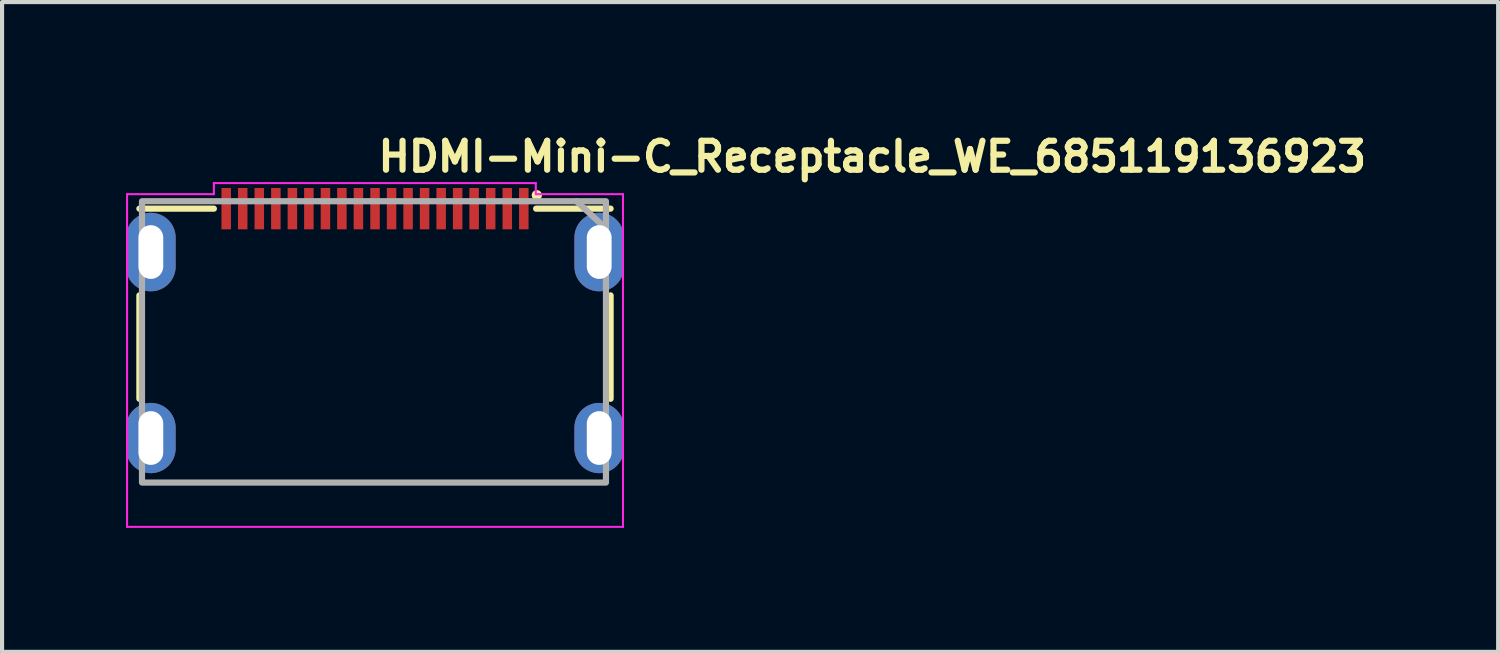
<source format=kicad_pcb>
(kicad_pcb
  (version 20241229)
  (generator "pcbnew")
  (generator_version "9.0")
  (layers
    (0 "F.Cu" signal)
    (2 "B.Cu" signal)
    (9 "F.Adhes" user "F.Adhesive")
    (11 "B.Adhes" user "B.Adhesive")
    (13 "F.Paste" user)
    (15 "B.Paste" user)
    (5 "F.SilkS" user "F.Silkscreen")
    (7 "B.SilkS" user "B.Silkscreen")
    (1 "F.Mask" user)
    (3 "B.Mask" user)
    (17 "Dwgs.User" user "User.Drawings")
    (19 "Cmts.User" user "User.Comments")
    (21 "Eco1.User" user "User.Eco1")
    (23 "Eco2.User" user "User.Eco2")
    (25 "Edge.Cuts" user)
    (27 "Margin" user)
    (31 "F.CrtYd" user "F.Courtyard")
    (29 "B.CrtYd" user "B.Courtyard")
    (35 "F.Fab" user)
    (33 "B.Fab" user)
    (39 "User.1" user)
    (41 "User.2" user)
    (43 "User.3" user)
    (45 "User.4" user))
  (footprint "HDMI-Mini-C_Receptacle_WE_685119136923"
    (layer "F.Cu")
    (at 6.025 5.399)
    (property "Reference" "HDMI-Mini-C_Receptacle_WE_685119136923" (at 0 -4.249 0) (layer "F.SilkS") (effects (font (size 0.7 0.7) (thickness 0.15)) (justify left bottom)))
    (attr smd)
    (fp_line (start -5.702 -1.301) (end -5.702 1.2) (stroke (width 0.15) (type solid)) (layer "F.SilkS"))
    (fp_line (start -3.9 -3.4) (end -5.702 -3.4) (stroke (width 0.15) (type solid)) (layer "F.SilkS"))
    (fp_line (start 3.898 -3.4) (end 5.7 -3.4) (stroke (width 0.15) (type solid)) (layer "F.SilkS"))
    (fp_line (start 5.7 -1.301) (end 5.7 1.2) (stroke (width 0.15) (type solid)) (layer "F.SilkS"))
    (fp_circle (center 3.915 -3.725) (end 3.964 -3.725) (stroke (width 0.15) (type solid)) (fill yes) (layer "F.SilkS"))
    (fp_line (start -6 -3.75) (end -6 4.3) (stroke (width 0.05) (type solid)) (layer "F.CrtYd"))
    (fp_line (start -6 4.3) (end 6 4.3) (stroke (width 0.05) (type solid)) (layer "F.CrtYd"))
    (fp_line (start -3.9 -4.019) (end -3.9 -3.75) (stroke (width 0.05) (type solid)) (layer "F.CrtYd"))
    (fp_line (start -3.9 -3.75) (end -6 -3.75) (stroke (width 0.05) (type solid)) (layer "F.CrtYd"))
    (fp_line (start 3.89 -4.019) (end -3.9 -4.019) (stroke (width 0.05) (type solid)) (layer "F.CrtYd"))
    (fp_line (start 3.89 -3.75) (end 3.89 -4.019) (stroke (width 0.05) (type solid)) (layer "F.CrtYd"))
    (fp_line (start 6 -3.75) (end 3.9 -3.75) (stroke (width 0.05) (type solid)) (layer "F.CrtYd"))
    (fp_line (start 6 4.3) (end 6 -3.75) (stroke (width 0.05) (type solid)) (layer "F.CrtYd"))
    (fp_line (start 4.877 -3.579) (end 5.588 -2.919) (stroke (width 0.15) (type solid)) (layer "F.Fab"))
    (fp_rect (start -5.639 -3.579) (end 5.588 3.228) (stroke (width 0.15) (type solid)) (fill no) (layer "F.Fab"))
    (fp_line (start -5.627 -2.76) (end -5.627 -1.061) (stroke (width 0.02) (type solid)) (layer "User.9"))
    (fp_line (start -5.627 -2.76) (end -5.602 -2.76) (stroke (width 0.02) (type solid)) (layer "User.9"))
    (fp_line (start -5.627 -1.061) (end -5.251 -1.061) (stroke (width 0.02) (type solid)) (layer "User.9"))
    (fp_line (start -5.602 -3.16) (end -4.102 -3.16) (stroke (width 0.02) (type solid)) (layer "User.9"))
    (fp_line (start -5.602 -1.561) (end -5.602 -3.16) (stroke (width 0.02) (type solid)) (layer "User.9"))
    (fp_line (start -5.602 -1.061) (end -5.602 4.089) (stroke (width 0.02) (type solid)) (layer "User.9"))
    (fp_line (start -5.602 1.439) (end -5.602 1.388) (stroke (width 0.02) (type solid)) (layer "User.9"))
    (fp_line (start -5.602 1.539) (end -5.602 1.689) (stroke (width 0.02) (type solid)) (layer "User.9"))
    (fp_line (start -5.602 2.739) (end -5.602 4.089) (stroke (width 0.02) (type solid)) (layer "User.9"))
    (fp_line (start -5.602 2.791) (end -5.602 2.739) (stroke (width 0.02) (type solid)) (layer "User.9"))
    (fp_line (start -5.602 4.089) (end -5.496 4.089) (stroke (width 0.02) (type solid)) (layer "User.9"))
    (fp_line (start -5.6 -3.196) (end -5.6 -3.179) (stroke (width 0.02) (type solid)) (layer "User.9"))
    (fp_line (start -5.6 -3.179) (end -5.602 -3.16) (stroke (width 0.02) (type solid)) (layer "User.9"))
    (fp_line (start -5.597 -3.213) (end -5.6 -3.196) (stroke (width 0.02) (type solid)) (layer "User.9"))
    (fp_line (start -5.592 -3.232) (end -5.597 -3.213) (stroke (width 0.02) (type solid)) (layer "User.9"))
    (fp_line (start -5.589 -3.248) (end -5.592 -3.232) (stroke (width 0.02) (type solid)) (layer "User.9"))
    (fp_line (start -5.584 -3.264) (end -5.589 -3.248) (stroke (width 0.02) (type solid)) (layer "User.9"))
    (fp_line (start -5.578 -3.281) (end -5.584 -3.264) (stroke (width 0.02) (type solid)) (layer "User.9"))
    (fp_line (start -5.571 -3.297) (end -5.578 -3.281) (stroke (width 0.02) (type solid)) (layer "User.9"))
    (fp_line (start -5.563 -3.312) (end -5.571 -3.297) (stroke (width 0.02) (type solid)) (layer "User.9"))
    (fp_line (start -5.555 -3.328) (end -5.563 -3.312) (stroke (width 0.02) (type solid)) (layer "User.9"))
    (fp_line (start -5.547 -3.342) (end -5.555 -3.328) (stroke (width 0.02) (type solid)) (layer "User.9"))
    (fp_line (start -5.538 -3.357) (end -5.547 -3.342) (stroke (width 0.02) (type solid)) (layer "User.9"))
    (fp_line (start -5.526 -3.37) (end -5.538 -3.357) (stroke (width 0.02) (type solid)) (layer "User.9"))
    (fp_line (start -5.517 -3.384) (end -5.526 -3.37) (stroke (width 0.02) (type solid)) (layer "User.9"))
    (fp_line (start -5.504 -3.397) (end -5.517 -3.384) (stroke (width 0.02) (type solid)) (layer "User.9"))
    (fp_line (start -5.496 -1.061) (end -5.602 -1.061) (stroke (width 0.02) (type solid)) (layer "User.9"))
    (fp_line (start -5.496 -1.061) (end -5.496 -1.061) (stroke (width 0.02) (type solid)) (layer "User.9"))
    (fp_line (start -5.496 4.089) (end -5.496 4.089) (stroke (width 0.02) (type solid)) (layer "User.9"))
    (fp_line (start -5.496 4.089) (end -5.243 4.089) (stroke (width 0.02) (type solid)) (layer "User.9"))
    (fp_line (start -5.493 -3.409) (end -5.504 -3.397) (stroke (width 0.02) (type solid)) (layer "User.9"))
    (fp_line (start -5.48 -3.42) (end -5.493 -3.409) (stroke (width 0.02) (type solid)) (layer "User.9"))
    (fp_line (start -5.467 -3.43) (end -5.48 -3.42) (stroke (width 0.02) (type solid)) (layer "User.9"))
    (fp_line (start -5.454 -3.441) (end -5.467 -3.43) (stroke (width 0.02) (type solid)) (layer "User.9"))
    (fp_line (start -5.44 -3.45) (end -5.454 -3.441) (stroke (width 0.02) (type solid)) (layer "User.9"))
    (fp_line (start -5.425 -3.459) (end -5.44 -3.45) (stroke (width 0.02) (type solid)) (layer "User.9"))
    (fp_line (start -5.411 -3.469) (end -5.425 -3.459) (stroke (width 0.02) (type solid)) (layer "User.9"))
    (fp_line (start -5.395 -3.475) (end -5.411 -3.469) (stroke (width 0.02) (type solid)) (layer "User.9"))
    (fp_line (start -5.379 -3.482) (end -5.395 -3.475) (stroke (width 0.02) (type solid)) (layer "User.9"))
    (fp_line (start -5.363 -3.49) (end -5.379 -3.482) (stroke (width 0.02) (type solid)) (layer "User.9"))
    (fp_line (start -5.347 -3.494) (end -5.363 -3.49) (stroke (width 0.02) (type solid)) (layer "User.9"))
    (fp_line (start -5.331 -3.499) (end -5.347 -3.494) (stroke (width 0.02) (type solid)) (layer "User.9"))
    (fp_line (start -5.313 -3.503) (end -5.331 -3.499) (stroke (width 0.02) (type solid)) (layer "User.9"))
    (fp_line (start -5.296 -3.506) (end -5.313 -3.503) (stroke (width 0.02) (type solid)) (layer "User.9"))
    (fp_line (start -5.278 -3.509) (end -5.296 -3.506) (stroke (width 0.02) (type solid)) (layer "User.9"))
    (fp_line (start -5.26 -3.51) (end -5.278 -3.509) (stroke (width 0.02) (type solid)) (layer "User.9"))
    (fp_line (start -5.243 -3.51) (end -5.26 -3.51) (stroke (width 0.02) (type solid)) (layer "User.9"))
    (fp_line (start -5.243 -3.51) (end -3.953 -3.51) (stroke (width 0.02) (type solid)) (layer "User.9"))
    (fp_line (start -5.243 -1.061) (end -5.496 -1.061) (stroke (width 0.02) (type solid)) (layer "User.9"))
    (fp_line (start -5.243 -1.061) (end -5.052 -1.061) (stroke (width 0.02) (type solid)) (layer "User.9"))
    (fp_line (start -5.243 4.089) (end 5.239 4.089) (stroke (width 0.02) (type solid)) (layer "User.9"))
    (fp_line (start -5.052 -1.561) (end -5.602 -1.561) (stroke (width 0.02) (type solid)) (layer "User.9"))
    (fp_line (start -5.052 -1.061) (end -5.036 -1.061) (stroke (width 0.02) (type solid)) (layer "User.9"))
    (fp_line (start -5.044 -1.561) (end -5.052 -1.561) (stroke (width 0.02) (type solid)) (layer "User.9"))
    (fp_line (start -5.036 -1.559) (end -5.044 -1.561) (stroke (width 0.02) (type solid)) (layer "User.9"))
    (fp_line (start -5.036 -1.061) (end -5.018 -1.063) (stroke (width 0.02) (type solid)) (layer "User.9"))
    (fp_line (start -5.028 -1.559) (end -5.036 -1.559) (stroke (width 0.02) (type solid)) (layer "User.9"))
    (fp_line (start -5.018 -1.557) (end -5.028 -1.559) (stroke (width 0.02) (type solid)) (layer "User.9"))
    (fp_line (start -5.018 -1.063) (end -5.002 -1.065) (stroke (width 0.02) (type solid)) (layer "User.9"))
    (fp_line (start -5.01 -1.557) (end -5.018 -1.557) (stroke (width 0.02) (type solid)) (layer "User.9"))
    (fp_line (start -5.002 -1.555) (end -5.01 -1.557) (stroke (width 0.02) (type solid)) (layer "User.9"))
    (fp_line (start -5.002 -1.065) (end -4.986 -1.069) (stroke (width 0.02) (type solid)) (layer "User.9"))
    (fp_line (start -4.994 -1.553) (end -5.002 -1.555) (stroke (width 0.02) (type solid)) (layer "User.9"))
    (fp_line (start -4.986 -1.551) (end -4.994 -1.553) (stroke (width 0.02) (type solid)) (layer "User.9"))
    (fp_line (start -4.986 -1.069) (end -4.972 -1.073) (stroke (width 0.02) (type solid)) (layer "User.9"))
    (fp_line (start -4.978 -1.549) (end -4.986 -1.551) (stroke (width 0.02) (type solid)) (layer "User.9"))
    (fp_line (start -4.972 -1.547) (end -4.978 -1.549) (stroke (width 0.02) (type solid)) (layer "User.9"))
    (fp_line (start -4.972 -1.073) (end -4.956 -1.079) (stroke (width 0.02) (type solid)) (layer "User.9"))
    (fp_line (start -4.964 -1.545) (end -4.972 -1.547) (stroke (width 0.02) (type solid)) (layer "User.9"))
    (fp_line (start -4.956 -1.541) (end -4.964 -1.545) (stroke (width 0.02) (type solid)) (layer "User.9"))
    (fp_line (start -4.956 -1.079) (end -4.941 -1.087) (stroke (width 0.02) (type solid)) (layer "User.9"))
    (fp_line (start -4.948 -1.537) (end -4.956 -1.541) (stroke (width 0.02) (type solid)) (layer "User.9"))
    (fp_line (start -4.941 -1.535) (end -4.948 -1.537) (stroke (width 0.02) (type solid)) (layer "User.9"))
    (fp_line (start -4.941 -1.087) (end -4.927 -1.093) (stroke (width 0.02) (type solid)) (layer "User.9"))
    (fp_line (start -4.935 -1.531) (end -4.941 -1.535) (stroke (width 0.02) (type solid)) (layer "User.9"))
    (fp_line (start -4.927 -1.527) (end -4.935 -1.531) (stroke (width 0.02) (type solid)) (layer "User.9"))
    (fp_line (start -4.927 -1.093) (end -4.914 -1.103) (stroke (width 0.02) (type solid)) (layer "User.9"))
    (fp_line (start -4.921 -1.522) (end -4.927 -1.527) (stroke (width 0.02) (type solid)) (layer "User.9"))
    (fp_line (start -4.914 -1.518) (end -4.921 -1.522) (stroke (width 0.02) (type solid)) (layer "User.9"))
    (fp_line (start -4.914 -1.103) (end -4.9 -1.111) (stroke (width 0.02) (type solid)) (layer "User.9"))
    (fp_line (start -4.906 -1.514) (end -4.914 -1.518) (stroke (width 0.02) (type solid)) (layer "User.9"))
    (fp_line (start -4.9 -1.508) (end -4.906 -1.514) (stroke (width 0.02) (type solid)) (layer "User.9"))
    (fp_line (start -4.9 -1.111) (end -4.887 -1.121) (stroke (width 0.02) (type solid)) (layer "User.9"))
    (fp_line (start -4.893 -1.504) (end -4.9 -1.508) (stroke (width 0.02) (type solid)) (layer "User.9"))
    (fp_line (start -4.887 -1.498) (end -4.893 -1.504) (stroke (width 0.02) (type solid)) (layer "User.9"))
    (fp_line (start -4.887 -1.121) (end -4.876 -1.133) (stroke (width 0.02) (type solid)) (layer "User.9"))
    (fp_line (start -4.882 -1.492) (end -4.887 -1.498) (stroke (width 0.02) (type solid)) (layer "User.9"))
    (fp_line (start -4.876 -1.488) (end -4.882 -1.492) (stroke (width 0.02) (type solid)) (layer "User.9"))
    (fp_line (start -4.876 -1.133) (end -4.864 -1.144) (stroke (width 0.02) (type solid)) (layer "User.9"))
    (fp_line (start -4.869 -1.482) (end -4.876 -1.488) (stroke (width 0.02) (type solid)) (layer "User.9"))
    (fp_line (start -4.864 -1.476) (end -4.869 -1.482) (stroke (width 0.02) (type solid)) (layer "User.9"))
    (fp_line (start -4.864 -1.144) (end -4.853 -1.158) (stroke (width 0.02) (type solid)) (layer "User.9"))
    (fp_line (start -4.86 -1.47) (end -4.864 -1.476) (stroke (width 0.02) (type solid)) (layer "User.9"))
    (fp_line (start -4.853 -1.462) (end -4.86 -1.47) (stroke (width 0.02) (type solid)) (layer "User.9"))
    (fp_line (start -4.853 -1.158) (end -4.845 -1.172) (stroke (width 0.02) (type solid)) (layer "User.9"))
    (fp_line (start -4.85 -1.456) (end -4.853 -1.462) (stroke (width 0.02) (type solid)) (layer "User.9"))
    (fp_line (start -4.845 -1.45) (end -4.85 -1.456) (stroke (width 0.02) (type solid)) (layer "User.9"))
    (fp_line (start -4.845 -1.172) (end -4.836 -1.186) (stroke (width 0.02) (type solid)) (layer "User.9"))
    (fp_line (start -4.839 -1.442) (end -4.845 -1.45) (stroke (width 0.02) (type solid)) (layer "User.9"))
    (fp_line (start -4.836 -1.436) (end -4.839 -1.442) (stroke (width 0.02) (type solid)) (layer "User.9"))
    (fp_line (start -4.836 -1.436) (end -4.836 -1.436) (stroke (width 0.02) (type solid)) (layer "User.9"))
    (fp_line (start -4.836 -1.186) (end -4.836 -1.186) (stroke (width 0.02) (type solid)) (layer "User.9"))
    (fp_line (start -4.836 -1.186) (end -4.828 -1.2) (stroke (width 0.02) (type solid)) (layer "User.9"))
    (fp_line (start -4.828 -1.42) (end -4.836 -1.436) (stroke (width 0.02) (type solid)) (layer "User.9"))
    (fp_line (start -4.828 -1.2) (end -4.821 -1.214) (stroke (width 0.02) (type solid)) (layer "User.9"))
    (fp_line (start -4.821 -1.406) (end -4.828 -1.42) (stroke (width 0.02) (type solid)) (layer "User.9"))
    (fp_line (start -4.821 -1.214) (end -4.815 -1.23) (stroke (width 0.02) (type solid)) (layer "User.9"))
    (fp_line (start -4.815 -1.391) (end -4.821 -1.406) (stroke (width 0.02) (type solid)) (layer "User.9"))
    (fp_line (start -4.815 -1.23) (end -4.81 -1.246) (stroke (width 0.02) (type solid)) (layer "User.9"))
    (fp_line (start -4.81 -1.375) (end -4.815 -1.391) (stroke (width 0.02) (type solid)) (layer "User.9"))
    (fp_line (start -4.81 -1.246) (end -4.807 -1.262) (stroke (width 0.02) (type solid)) (layer "User.9"))
    (fp_line (start -4.807 -1.359) (end -4.81 -1.375) (stroke (width 0.02) (type solid)) (layer "User.9"))
    (fp_line (start -4.807 -1.262) (end -4.805 -1.277) (stroke (width 0.02) (type solid)) (layer "User.9"))
    (fp_line (start -4.805 -1.343) (end -4.807 -1.359) (stroke (width 0.02) (type solid)) (layer "User.9"))
    (fp_line (start -4.805 -1.277) (end -4.802 -1.293) (stroke (width 0.02) (type solid)) (layer "User.9"))
    (fp_line (start -4.802 -1.327) (end -4.805 -1.343) (stroke (width 0.02) (type solid)) (layer "User.9"))
    (fp_line (start -4.802 -1.311) (end -4.802 -1.327) (stroke (width 0.02) (type solid)) (layer "User.9"))
    (fp_line (start -4.802 -1.293) (end -4.802 -1.311) (stroke (width 0.02) (type solid)) (layer "User.9"))
    (fp_line (start -4.278 -0.411) (end -4.276 -0.418) (stroke (width 0.02) (type solid)) (layer "User.9"))
    (fp_line (start -4.278 1.289) (end -4.073 1.289) (stroke (width 0.02) (type solid)) (layer "User.9"))
    (fp_line (start -4.278 3.139) (end -4.278 -0.411) (stroke (width 0.02) (type solid)) (layer "User.9"))
    (fp_line (start -4.276 -0.425) (end -4.275 -0.433) (stroke (width 0.02) (type solid)) (layer "User.9"))
    (fp_line (start -4.276 -0.418) (end -4.276 -0.425) (stroke (width 0.02) (type solid)) (layer "User.9"))
    (fp_line (start -4.276 3.147) (end -4.278 3.139) (stroke (width 0.02) (type solid)) (layer "User.9"))
    (fp_line (start -4.276 3.154) (end -4.276 3.147) (stroke (width 0.02) (type solid)) (layer "User.9"))
    (fp_line (start -4.275 -0.439) (end -4.273 -0.446) (stroke (width 0.02) (type solid)) (layer "User.9"))
    (fp_line (start -4.275 -0.433) (end -4.275 -0.439) (stroke (width 0.02) (type solid)) (layer "User.9"))
    (fp_line (start -4.275 3.162) (end -4.276 3.154) (stroke (width 0.02) (type solid)) (layer "User.9"))
    (fp_line (start -4.275 3.169) (end -4.275 3.162) (stroke (width 0.02) (type solid)) (layer "User.9"))
    (fp_line (start -4.273 -0.446) (end -4.27 -0.453) (stroke (width 0.02) (type solid)) (layer "User.9"))
    (fp_line (start -4.273 3.175) (end -4.275 3.169) (stroke (width 0.02) (type solid)) (layer "User.9"))
    (fp_line (start -4.27 -0.453) (end -4.268 -0.46) (stroke (width 0.02) (type solid)) (layer "User.9"))
    (fp_line (start -4.27 3.182) (end -4.273 3.175) (stroke (width 0.02) (type solid)) (layer "User.9"))
    (fp_line (start -4.268 -0.46) (end -4.265 -0.467) (stroke (width 0.02) (type solid)) (layer "User.9"))
    (fp_line (start -4.268 3.19) (end -4.27 3.182) (stroke (width 0.02) (type solid)) (layer "User.9"))
    (fp_line (start -4.267 3.195) (end -4.268 3.19) (stroke (width 0.02) (type solid)) (layer "User.9"))
    (fp_line (start -4.265 -0.467) (end -4.262 -0.474) (stroke (width 0.02) (type solid)) (layer "User.9"))
    (fp_line (start -4.264 3.202) (end -4.267 3.195) (stroke (width 0.02) (type solid)) (layer "User.9"))
    (fp_line (start -4.262 -0.474) (end -4.259 -0.48) (stroke (width 0.02) (type solid)) (layer "User.9"))
    (fp_line (start -4.26 3.209) (end -4.264 3.202) (stroke (width 0.02) (type solid)) (layer "User.9"))
    (fp_line (start -4.259 -0.48) (end -4.256 -0.487) (stroke (width 0.02) (type solid)) (layer "User.9"))
    (fp_line (start -4.257 3.215) (end -4.26 3.209) (stroke (width 0.02) (type solid)) (layer "User.9"))
    (fp_line (start -4.256 -0.487) (end -4.251 -0.493) (stroke (width 0.02) (type solid)) (layer "User.9"))
    (fp_line (start -4.254 3.22) (end -4.257 3.215) (stroke (width 0.02) (type solid)) (layer "User.9"))
    (fp_line (start -4.251 -0.493) (end -4.248 -0.499) (stroke (width 0.02) (type solid)) (layer "User.9"))
    (fp_line (start -4.249 3.227) (end -4.254 3.22) (stroke (width 0.02) (type solid)) (layer "User.9"))
    (fp_line (start -4.248 -0.499) (end -4.243 -0.506) (stroke (width 0.02) (type solid)) (layer "User.9"))
    (fp_line (start -4.246 3.231) (end -4.249 3.227) (stroke (width 0.02) (type solid)) (layer "User.9"))
    (fp_line (start -4.243 -0.506) (end -4.238 -0.511) (stroke (width 0.02) (type solid)) (layer "User.9"))
    (fp_line (start -4.241 3.236) (end -4.246 3.231) (stroke (width 0.02) (type solid)) (layer "User.9"))
    (fp_line (start -4.238 -0.511) (end -4.233 -0.517) (stroke (width 0.02) (type solid)) (layer "User.9"))
    (fp_line (start -4.236 3.243) (end -4.241 3.236) (stroke (width 0.02) (type solid)) (layer "User.9"))
    (fp_line (start -4.233 -0.517) (end -4.233 -0.517) (stroke (width 0.02) (type solid)) (layer "User.9"))
    (fp_line (start -4.233 -0.517) (end -4.227 -0.522) (stroke (width 0.02) (type solid)) (layer "User.9"))
    (fp_line (start -4.232 3.247) (end -4.236 3.243) (stroke (width 0.02) (type solid)) (layer "User.9"))
    (fp_line (start -4.227 -0.522) (end -4.222 -0.527) (stroke (width 0.02) (type solid)) (layer "User.9"))
    (fp_line (start -4.227 3.251) (end -4.232 3.247) (stroke (width 0.02) (type solid)) (layer "User.9"))
    (fp_line (start -4.222 -0.527) (end -4.217 -0.531) (stroke (width 0.02) (type solid)) (layer "User.9"))
    (fp_line (start -4.222 3.256) (end -4.227 3.251) (stroke (width 0.02) (type solid)) (layer "User.9"))
    (fp_line (start -4.217 -0.531) (end -4.211 -0.535) (stroke (width 0.02) (type solid)) (layer "User.9"))
    (fp_line (start -4.217 3.26) (end -4.222 3.256) (stroke (width 0.02) (type solid)) (layer "User.9"))
    (fp_line (start -4.211 -0.535) (end -4.204 -0.539) (stroke (width 0.02) (type solid)) (layer "User.9"))
    (fp_line (start -4.211 3.264) (end -4.217 3.26) (stroke (width 0.02) (type solid)) (layer "User.9"))
    (fp_line (start -4.204 -0.539) (end -4.198 -0.543) (stroke (width 0.02) (type solid)) (layer "User.9"))
    (fp_line (start -4.204 3.268) (end -4.211 3.264) (stroke (width 0.02) (type solid)) (layer "User.9"))
    (fp_line (start -4.198 -0.543) (end -4.191 -0.546) (stroke (width 0.02) (type solid)) (layer "User.9"))
    (fp_line (start -4.198 3.271) (end -4.204 3.268) (stroke (width 0.02) (type solid)) (layer "User.9"))
    (fp_line (start -4.193 3.275) (end -4.198 3.271) (stroke (width 0.02) (type solid)) (layer "User.9"))
    (fp_line (start -4.191 -0.546) (end -4.185 -0.549) (stroke (width 0.02) (type solid)) (layer "User.9"))
    (fp_line (start -4.187 3.278) (end -4.193 3.275) (stroke (width 0.02) (type solid)) (layer "User.9"))
    (fp_line (start -4.185 -0.549) (end -4.177 -0.552) (stroke (width 0.02) (type solid)) (layer "User.9"))
    (fp_line (start -4.18 3.28) (end -4.187 3.278) (stroke (width 0.02) (type solid)) (layer "User.9"))
    (fp_line (start -4.177 -0.552) (end -4.171 -0.554) (stroke (width 0.02) (type solid)) (layer "User.9"))
    (fp_line (start -4.172 3.283) (end -4.18 3.28) (stroke (width 0.02) (type solid)) (layer "User.9"))
    (fp_line (start -4.171 -0.554) (end -4.164 -0.556) (stroke (width 0.02) (type solid)) (layer "User.9"))
    (fp_line (start -4.166 3.284) (end -4.172 3.283) (stroke (width 0.02) (type solid)) (layer "User.9"))
    (fp_line (start -4.164 -0.556) (end -4.156 -0.558) (stroke (width 0.02) (type solid)) (layer "User.9"))
    (fp_line (start -4.159 3.287) (end -4.166 3.284) (stroke (width 0.02) (type solid)) (layer "User.9"))
    (fp_line (start -4.156 -0.558) (end -4.15 -0.559) (stroke (width 0.02) (type solid)) (layer "User.9"))
    (fp_line (start -4.153 3.287) (end -4.159 3.287) (stroke (width 0.02) (type solid)) (layer "User.9"))
    (fp_line (start -4.15 -0.559) (end -4.142 -0.56) (stroke (width 0.02) (type solid)) (layer "User.9"))
    (fp_line (start -4.145 3.288) (end -4.153 3.287) (stroke (width 0.02) (type solid)) (layer "User.9"))
    (fp_line (start -4.142 -0.56) (end -4.134 -0.56) (stroke (width 0.02) (type solid)) (layer "User.9"))
    (fp_line (start -4.137 3.29) (end -4.145 3.288) (stroke (width 0.02) (type solid)) (layer "User.9"))
    (fp_line (start -4.134 -0.56) (end -4.126 -0.561) (stroke (width 0.02) (type solid)) (layer "User.9"))
    (fp_line (start -4.131 3.288) (end -4.137 3.29) (stroke (width 0.02) (type solid)) (layer "User.9"))
    (fp_line (start -4.126 -0.561) (end -2.176 -0.561) (stroke (width 0.02) (type solid)) (layer "User.9"))
    (fp_line (start -4.124 3.287) (end -4.131 3.288) (stroke (width 0.02) (type solid)) (layer "User.9"))
    (fp_line (start -4.116 3.287) (end -4.124 3.287) (stroke (width 0.02) (type solid)) (layer "User.9"))
    (fp_line (start -4.11 3.284) (end -4.116 3.287) (stroke (width 0.02) (type solid)) (layer "User.9"))
    (fp_line (start -4.102 -3.16) (end -3.953 -3.16) (stroke (width 0.02) (type solid)) (layer "User.9"))
    (fp_line (start -4.102 3.283) (end -4.11 3.284) (stroke (width 0.02) (type solid)) (layer "User.9"))
    (fp_line (start -4.097 3.28) (end -4.102 3.283) (stroke (width 0.02) (type solid)) (layer "User.9"))
    (fp_line (start -4.089 3.279) (end -4.097 3.28) (stroke (width 0.02) (type solid)) (layer "User.9"))
    (fp_line (start -4.084 3.275) (end -4.089 3.279) (stroke (width 0.02) (type solid)) (layer "User.9"))
    (fp_line (start -4.078 3.272) (end -4.084 3.275) (stroke (width 0.02) (type solid)) (layer "User.9"))
    (fp_line (start -4.073 1.289) (end -4.066 1.289) (stroke (width 0.02) (type solid)) (layer "User.9"))
    (fp_line (start -4.073 2.889) (end -4.278 2.889) (stroke (width 0.02) (type solid)) (layer "User.9"))
    (fp_line (start -4.071 3.268) (end -4.078 3.272) (stroke (width 0.02) (type solid)) (layer "User.9"))
    (fp_line (start -4.066 1.289) (end -4.052 1.289) (stroke (width 0.02) (type solid)) (layer "User.9"))
    (fp_line (start -4.066 2.889) (end -4.073 2.889) (stroke (width 0.02) (type solid)) (layer "User.9"))
    (fp_line (start -4.065 3.266) (end -4.071 3.268) (stroke (width 0.02) (type solid)) (layer "User.9"))
    (fp_line (start -4.06 3.262) (end -4.065 3.266) (stroke (width 0.02) (type solid)) (layer "User.9"))
    (fp_line (start -4.055 3.258) (end -4.06 3.262) (stroke (width 0.02) (type solid)) (layer "User.9"))
    (fp_line (start -4.052 1.989) (end -4.052 -0.561) (stroke (width 0.02) (type solid)) (layer "User.9"))
    (fp_line (start -4.052 1.989) (end -3.969 1.989) (stroke (width 0.02) (type solid)) (layer "User.9"))
    (fp_line (start -4.052 2.09) (end -4.052 1.989) (stroke (width 0.02) (type solid)) (layer "User.9"))
    (fp_line (start -4.052 2.09) (end -3.974 2.167) (stroke (width 0.02) (type solid)) (layer "User.9"))
    (fp_line (start -4.049 3.252) (end -4.055 3.258) (stroke (width 0.02) (type solid)) (layer "User.9"))
    (fp_line (start -4.044 3.248) (end -4.049 3.252) (stroke (width 0.02) (type solid)) (layer "User.9"))
    (fp_line (start -4.039 3.243) (end -4.044 3.248) (stroke (width 0.02) (type solid)) (layer "User.9"))
    (fp_line (start -4.036 3.239) (end -4.039 3.243) (stroke (width 0.02) (type solid)) (layer "User.9"))
    (fp_line (start -4.031 3.234) (end -4.036 3.239) (stroke (width 0.02) (type solid)) (layer "User.9"))
    (fp_line (start -4.026 3.227) (end -4.031 3.234) (stroke (width 0.02) (type solid)) (layer "User.9"))
    (fp_line (start -4.023 3.223) (end -4.026 3.227) (stroke (width 0.02) (type solid)) (layer "User.9"))
    (fp_line (start -4.02 3.216) (end -4.023 3.223) (stroke (width 0.02) (type solid)) (layer "User.9"))
    (fp_line (start -4.015 3.21) (end -4.02 3.216) (stroke (width 0.02) (type solid)) (layer "User.9"))
    (fp_line (start -4.012 3.205) (end -4.015 3.21) (stroke (width 0.02) (type solid)) (layer "User.9"))
    (fp_line (start -4.01 3.198) (end -4.012 3.205) (stroke (width 0.02) (type solid)) (layer "User.9"))
    (fp_line (start -4.007 3.191) (end -4.01 3.198) (stroke (width 0.02) (type solid)) (layer "User.9"))
    (fp_line (start -4.006 3.186) (end -4.007 3.191) (stroke (width 0.02) (type solid)) (layer "User.9"))
    (fp_line (start -4.004 3.178) (end -4.006 3.186) (stroke (width 0.02) (type solid)) (layer "User.9"))
    (fp_line (start -4.002 3.171) (end -4.004 3.178) (stroke (width 0.02) (type solid)) (layer "User.9"))
    (fp_line (start -4.001 3.165) (end -4.002 3.171) (stroke (width 0.02) (type solid)) (layer "User.9"))
    (fp_line (start -3.999 3.158) (end -4.001 3.165) (stroke (width 0.02) (type solid)) (layer "User.9"))
    (fp_line (start -3.998 3.143) (end -3.998 3.15) (stroke (width 0.02) (type solid)) (layer "User.9"))
    (fp_line (start -3.998 3.143) (end -3.953 1.289) (stroke (width 0.02) (type solid)) (layer "User.9"))
    (fp_line (start -3.998 3.15) (end -3.999 3.158) (stroke (width 0.02) (type solid)) (layer "User.9"))
    (fp_line (start -3.993 2.889) (end -4.066 2.889) (stroke (width 0.02) (type solid)) (layer "User.9"))
    (fp_line (start -3.953 -3.51) (end -3.953 -3.16) (stroke (width 0.02) (type solid)) (layer "User.9"))
    (fp_line (start -3.953 0.086) (end -3.953 -0.148) (stroke (width 0.02) (type solid)) (layer "User.9"))
    (fp_line (start -3.953 0.086) (end -3.953 0.325) (stroke (width 0.02) (type solid)) (layer "User.9"))
    (fp_line (start -3.953 0.325) (end -3.953 0.606) (stroke (width 0.02) (type solid)) (layer "User.9"))
    (fp_line (start -3.953 0.606) (end -3.953 0.606) (stroke (width 0.02) (type solid)) (layer "User.9"))
    (fp_line (start -3.953 0.606) (end -3.953 0.813) (stroke (width 0.02) (type solid)) (layer "User.9"))
    (fp_line (start -3.953 0.813) (end -3.953 1.289) (stroke (width 0.02) (type solid)) (layer "User.9"))
    (fp_line (start -3.952 -0.162) (end -3.953 -0.148) (stroke (width 0.02) (type solid)) (layer "User.9"))
    (fp_line (start -3.952 0.072) (end -3.953 0.086) (stroke (width 0.02) (type solid)) (layer "User.9"))
    (fp_line (start -3.95 -0.176) (end -3.952 -0.162) (stroke (width 0.02) (type solid)) (layer "User.9"))
    (fp_line (start -3.95 0.057) (end -3.952 0.072) (stroke (width 0.02) (type solid)) (layer "User.9"))
    (fp_line (start -3.948 -0.192) (end -3.95 -0.176) (stroke (width 0.02) (type solid)) (layer "User.9"))
    (fp_line (start -3.948 0.042) (end -3.95 0.057) (stroke (width 0.02) (type solid)) (layer "User.9"))
    (fp_line (start -3.945 -0.206) (end -3.948 -0.192) (stroke (width 0.02) (type solid)) (layer "User.9"))
    (fp_line (start -3.945 0.029) (end -3.948 0.042) (stroke (width 0.02) (type solid)) (layer "User.9"))
    (fp_line (start -3.94 -0.22) (end -3.945 -0.206) (stroke (width 0.02) (type solid)) (layer "User.9"))
    (fp_line (start -3.94 0.015) (end -3.945 0.029) (stroke (width 0.02) (type solid)) (layer "User.9"))
    (fp_line (start -3.934 -0.234) (end -3.94 -0.22) (stroke (width 0.02) (type solid)) (layer "User.9"))
    (fp_line (start -3.934 0) (end -3.94 0.015) (stroke (width 0.02) (type solid)) (layer "User.9"))
    (fp_line (start -3.929 -0.248) (end -3.934 -0.234) (stroke (width 0.02) (type solid)) (layer "User.9"))
    (fp_line (start -3.929 -0.013) (end -3.934 0) (stroke (width 0.02) (type solid)) (layer "User.9"))
    (fp_line (start -3.921 -0.262) (end -3.929 -0.248) (stroke (width 0.02) (type solid)) (layer "User.9"))
    (fp_line (start -3.921 -0.027) (end -3.929 -0.013) (stroke (width 0.02) (type solid)) (layer "User.9"))
    (fp_line (start -3.913 -0.275) (end -3.921 -0.262) (stroke (width 0.02) (type solid)) (layer "User.9"))
    (fp_line (start -3.913 -0.04) (end -3.921 -0.027) (stroke (width 0.02) (type solid)) (layer "User.9"))
    (fp_line (start -3.905 -0.287) (end -3.913 -0.275) (stroke (width 0.02) (type solid)) (layer "User.9"))
    (fp_line (start -3.905 -0.054) (end -3.913 -0.04) (stroke (width 0.02) (type solid)) (layer "User.9"))
    (fp_line (start -3.896 -0.3) (end -3.905 -0.287) (stroke (width 0.02) (type solid)) (layer "User.9"))
    (fp_line (start -3.896 -0.066) (end -3.905 -0.054) (stroke (width 0.02) (type solid)) (layer "User.9"))
    (fp_line (start -3.885 -0.313) (end -3.896 -0.3) (stroke (width 0.02) (type solid)) (layer "User.9"))
    (fp_line (start -3.885 -0.077) (end -3.896 -0.066) (stroke (width 0.02) (type solid)) (layer "User.9"))
    (fp_line (start -3.873 -0.325) (end -3.885 -0.313) (stroke (width 0.02) (type solid)) (layer "User.9"))
    (fp_line (start -3.873 -0.09) (end -3.885 -0.077) (stroke (width 0.02) (type solid)) (layer "User.9"))
    (fp_line (start -3.861 -0.336) (end -3.873 -0.325) (stroke (width 0.02) (type solid)) (layer "User.9"))
    (fp_line (start -3.861 -0.101) (end -3.873 -0.09) (stroke (width 0.02) (type solid)) (layer "User.9"))
    (fp_line (start -3.849 -0.346) (end -3.861 -0.336) (stroke (width 0.02) (type solid)) (layer "User.9"))
    (fp_line (start -3.849 -0.112) (end -3.861 -0.101) (stroke (width 0.02) (type solid)) (layer "User.9"))
    (fp_line (start -3.835 -0.357) (end -3.849 -0.346) (stroke (width 0.02) (type solid)) (layer "User.9"))
    (fp_line (start -3.835 -0.357) (end -3.835 -0.357) (stroke (width 0.02) (type solid)) (layer "User.9"))
    (fp_line (start -3.835 -0.124) (end -3.849 -0.112) (stroke (width 0.02) (type solid)) (layer "User.9"))
    (fp_line (start -3.835 -0.124) (end -3.835 -0.124) (stroke (width 0.02) (type solid)) (layer "User.9"))
    (fp_line (start -3.82 -0.367) (end -3.835 -0.357) (stroke (width 0.02) (type solid)) (layer "User.9"))
    (fp_line (start -3.82 -0.134) (end -3.835 -0.124) (stroke (width 0.02) (type solid)) (layer "User.9"))
    (fp_line (start -3.805 -0.378) (end -3.82 -0.367) (stroke (width 0.02) (type solid)) (layer "User.9"))
    (fp_line (start -3.805 -0.143) (end -3.82 -0.134) (stroke (width 0.02) (type solid)) (layer "User.9"))
    (fp_line (start -3.789 -0.387) (end -3.805 -0.378) (stroke (width 0.02) (type solid)) (layer "User.9"))
    (fp_line (start -3.789 -0.151) (end -3.805 -0.143) (stroke (width 0.02) (type solid)) (layer "User.9"))
    (fp_line (start -3.773 -0.395) (end -3.789 -0.387) (stroke (width 0.02) (type solid)) (layer "User.9"))
    (fp_line (start -3.773 -0.16) (end -3.789 -0.151) (stroke (width 0.02) (type solid)) (layer "User.9"))
    (fp_line (start -3.757 -0.403) (end -3.773 -0.395) (stroke (width 0.02) (type solid)) (layer "User.9"))
    (fp_line (start -3.757 -0.168) (end -3.773 -0.16) (stroke (width 0.02) (type solid)) (layer "User.9"))
    (fp_line (start -3.74 -0.41) (end -3.757 -0.403) (stroke (width 0.02) (type solid)) (layer "User.9"))
    (fp_line (start -3.74 -0.175) (end -3.757 -0.168) (stroke (width 0.02) (type solid)) (layer "User.9"))
    (fp_line (start -3.723 -0.417) (end -3.74 -0.41) (stroke (width 0.02) (type solid)) (layer "User.9"))
    (fp_line (start -3.723 -0.182) (end -3.74 -0.175) (stroke (width 0.02) (type solid)) (layer "User.9"))
    (fp_line (start -3.706 -0.423) (end -3.723 -0.417) (stroke (width 0.02) (type solid)) (layer "User.9"))
    (fp_line (start -3.706 -0.188) (end -3.723 -0.182) (stroke (width 0.02) (type solid)) (layer "User.9"))
    (fp_line (start -3.687 -0.428) (end -3.706 -0.423) (stroke (width 0.02) (type solid)) (layer "User.9"))
    (fp_line (start -3.687 -0.193) (end -3.706 -0.188) (stroke (width 0.02) (type solid)) (layer "User.9"))
    (fp_line (start -3.676 -3.03) (end -3.676 -3.811) (stroke (width 0.02) (type solid)) (layer "User.9"))
    (fp_line (start -3.676 -2.87) (end -3.676 -3.03) (stroke (width 0.02) (type solid)) (layer "User.9"))
    (fp_line (start -3.676 -2.861) (end -3.801 -2.861) (stroke (width 0.02) (type solid)) (layer "User.9"))
    (fp_line (start -3.676 -2.736) (end -3.676 -2.87) (stroke (width 0.02) (type solid)) (layer "User.9"))
    (fp_line (start -3.676 -0.511) (end -3.676 -0.43) (stroke (width 0.02) (type solid)) (layer "User.9"))
    (fp_line (start -3.676 -0.43) (end -3.676 -0.511) (stroke (width 0.02) (type solid)) (layer "User.9"))
    (fp_line (start -3.668 -0.432) (end -3.687 -0.428) (stroke (width 0.02) (type solid)) (layer "User.9"))
    (fp_line (start -3.668 -0.198) (end -3.687 -0.193) (stroke (width 0.02) (type solid)) (layer "User.9"))
    (fp_line (start -3.651 -2.711) (end -4.102 -3.16) (stroke (width 0.02) (type solid)) (layer "User.9"))
    (fp_line (start -3.65 -0.436) (end -3.668 -0.432) (stroke (width 0.02) (type solid)) (layer "User.9"))
    (fp_line (start -3.65 -0.202) (end -3.668 -0.198) (stroke (width 0.02) (type solid)) (layer "User.9"))
    (fp_line (start -3.631 -0.438) (end -3.65 -0.436) (stroke (width 0.02) (type solid)) (layer "User.9"))
    (fp_line (start -3.631 -0.205) (end -3.65 -0.202) (stroke (width 0.02) (type solid)) (layer "User.9"))
    (fp_line (start -3.611 -0.441) (end -3.631 -0.438) (stroke (width 0.02) (type solid)) (layer "User.9"))
    (fp_line (start -3.611 -0.207) (end -3.631 -0.205) (stroke (width 0.02) (type solid)) (layer "User.9"))
    (fp_line (start -3.591 -0.443) (end -3.611 -0.441) (stroke (width 0.02) (type solid)) (layer "User.9"))
    (fp_line (start -3.591 -0.209) (end -3.611 -0.207) (stroke (width 0.02) (type solid)) (layer "User.9"))
    (fp_line (start -3.571 -0.444) (end -3.591 -0.443) (stroke (width 0.02) (type solid)) (layer "User.9"))
    (fp_line (start -3.571 -0.21) (end -3.591 -0.209) (stroke (width 0.02) (type solid)) (layer "User.9"))
    (fp_line (start -3.551 -0.444) (end -3.571 -0.444) (stroke (width 0.02) (type solid)) (layer "User.9"))
    (fp_line (start -3.551 -0.444) (end -2.752 -0.444) (stroke (width 0.02) (type solid)) (layer "User.9"))
    (fp_line (start -3.551 -0.211) (end -3.571 -0.21) (stroke (width 0.02) (type solid)) (layer "User.9"))
    (fp_line (start -3.551 -0.211) (end -2.752 -0.211) (stroke (width 0.02) (type solid)) (layer "User.9"))
    (fp_line (start -3.526 -3.811) (end -3.676 -3.811) (stroke (width 0.02) (type solid)) (layer "User.9"))
    (fp_line (start -3.526 -3.03) (end -3.526 -3.811) (stroke (width 0.02) (type solid)) (layer "User.9"))
    (fp_line (start -3.526 -2.87) (end -3.676 -2.87) (stroke (width 0.02) (type solid)) (layer "User.9"))
    (fp_line (start -3.526 -2.87) (end -3.526 -3.03) (stroke (width 0.02) (type solid)) (layer "User.9"))
    (fp_line (start -3.526 -2.711) (end -3.526 -2.87) (stroke (width 0.02) (type solid)) (layer "User.9"))
    (fp_line (start -3.526 -0.511) (end -3.676 -0.511) (stroke (width 0.02) (type solid)) (layer "User.9"))
    (fp_line (start -3.526 -0.444) (end -3.526 -0.511) (stroke (width 0.02) (type solid)) (layer "User.9"))
    (fp_line (start -3.526 -0.444) (end -3.526 -0.511) (stroke (width 0.02) (type solid)) (layer "User.9"))
    (fp_line (start -3.276 -3.031) (end -3.276 -3.812) (stroke (width 0.02) (type solid)) (layer "User.9"))
    (fp_line (start -3.276 -2.872) (end -3.276 -3.031) (stroke (width 0.02) (type solid)) (layer "User.9"))
    (fp_line (start -3.276 -2.861) (end -3.526 -2.861) (stroke (width 0.02) (type solid)) (layer "User.9"))
    (fp_line (start -3.276 -2.712) (end -3.276 -2.872) (stroke (width 0.02) (type solid)) (layer "User.9"))
    (fp_line (start -3.276 -2.711) (end -3.276 -2.712) (stroke (width 0.02) (type solid)) (layer "User.9"))
    (fp_line (start -3.276 -0.511) (end -3.276 -0.444) (stroke (width 0.02) (type solid)) (layer "User.9"))
    (fp_line (start -3.276 -0.444) (end -3.276 -0.511) (stroke (width 0.02) (type solid)) (layer "User.9"))
    (fp_line (start -3.127 -3.812) (end -3.276 -3.812) (stroke (width 0.02) (type solid)) (layer "User.9"))
    (fp_line (start -3.127 -3.031) (end -3.127 -3.812) (stroke (width 0.02) (type solid)) (layer "User.9"))
    (fp_line (start -3.127 -2.872) (end -3.276 -2.872) (stroke (width 0.02) (type solid)) (layer "User.9"))
    (fp_line (start -3.127 -2.872) (end -3.127 -3.031) (stroke (width 0.02) (type solid)) (layer "User.9"))
    (fp_line (start -3.127 -2.712) (end -3.127 -2.872) (stroke (width 0.02) (type solid)) (layer "User.9"))
    (fp_line (start -3.127 -2.711) (end -3.127 -2.712) (stroke (width 0.02) (type solid)) (layer "User.9"))
    (fp_line (start -3.127 -0.511) (end -3.276 -0.511) (stroke (width 0.02) (type solid)) (layer "User.9"))
    (fp_line (start -3.127 -0.444) (end -3.127 -0.511) (stroke (width 0.02) (type solid)) (layer "User.9"))
    (fp_line (start -3.127 -0.444) (end -3.127 -0.511) (stroke (width 0.02) (type solid)) (layer "User.9"))
    (fp_line (start -2.877 -3.03) (end -2.877 -3.811) (stroke (width 0.02) (type solid)) (layer "User.9"))
    (fp_line (start -2.877 -2.87) (end -2.877 -3.03) (stroke (width 0.02) (type solid)) (layer "User.9"))
    (fp_line (start -2.877 -2.861) (end -3.127 -2.861) (stroke (width 0.02) (type solid)) (layer "User.9"))
    (fp_line (start -2.877 -2.711) (end -2.877 -2.87) (stroke (width 0.02) (type solid)) (layer "User.9"))
    (fp_line (start -2.877 -0.511) (end -2.877 -0.444) (stroke (width 0.02) (type solid)) (layer "User.9"))
    (fp_line (start -2.877 -0.444) (end -2.877 -0.511) (stroke (width 0.02) (type solid)) (layer "User.9"))
    (fp_line (start -2.732 -0.444) (end -2.752 -0.444) (stroke (width 0.02) (type solid)) (layer "User.9"))
    (fp_line (start -2.732 -0.21) (end -2.752 -0.211) (stroke (width 0.02) (type solid)) (layer "User.9"))
    (fp_line (start -2.728 -3.811) (end -2.877 -3.811) (stroke (width 0.02) (type solid)) (layer "User.9"))
    (fp_line (start -2.728 -3.03) (end -2.728 -3.811) (stroke (width 0.02) (type solid)) (layer "User.9"))
    (fp_line (start -2.728 -2.87) (end -2.877 -2.87) (stroke (width 0.02) (type solid)) (layer "User.9"))
    (fp_line (start -2.728 -2.87) (end -2.728 -3.03) (stroke (width 0.02) (type solid)) (layer "User.9"))
    (fp_line (start -2.728 -2.711) (end -2.728 -2.87) (stroke (width 0.02) (type solid)) (layer "User.9"))
    (fp_line (start -2.728 -0.511) (end -2.877 -0.511) (stroke (width 0.02) (type solid)) (layer "User.9"))
    (fp_line (start -2.728 -0.444) (end -2.728 -0.511) (stroke (width 0.02) (type solid)) (layer "User.9"))
    (fp_line (start -2.728 -0.444) (end -2.728 -0.511) (stroke (width 0.02) (type solid)) (layer "User.9"))
    (fp_line (start -2.712 -0.443) (end -2.732 -0.444) (stroke (width 0.02) (type solid)) (layer "User.9"))
    (fp_line (start -2.712 -0.209) (end -2.732 -0.21) (stroke (width 0.02) (type solid)) (layer "User.9"))
    (fp_line (start -2.692 -0.441) (end -2.712 -0.443) (stroke (width 0.02) (type solid)) (layer "User.9"))
    (fp_line (start -2.692 -0.207) (end -2.712 -0.209) (stroke (width 0.02) (type solid)) (layer "User.9"))
    (fp_line (start -2.674 -0.438) (end -2.692 -0.441) (stroke (width 0.02) (type solid)) (layer "User.9"))
    (fp_line (start -2.674 -0.205) (end -2.692 -0.207) (stroke (width 0.02) (type solid)) (layer "User.9"))
    (fp_line (start -2.655 -0.436) (end -2.674 -0.438) (stroke (width 0.02) (type solid)) (layer "User.9"))
    (fp_line (start -2.655 -0.202) (end -2.674 -0.205) (stroke (width 0.02) (type solid)) (layer "User.9"))
    (fp_line (start -2.635 -0.432) (end -2.655 -0.436) (stroke (width 0.02) (type solid)) (layer "User.9"))
    (fp_line (start -2.635 -0.198) (end -2.655 -0.202) (stroke (width 0.02) (type solid)) (layer "User.9"))
    (fp_line (start -2.618 -0.428) (end -2.635 -0.432) (stroke (width 0.02) (type solid)) (layer "User.9"))
    (fp_line (start -2.618 -0.193) (end -2.635 -0.198) (stroke (width 0.02) (type solid)) (layer "User.9"))
    (fp_line (start -2.599 -0.423) (end -2.618 -0.428) (stroke (width 0.02) (type solid)) (layer "User.9"))
    (fp_line (start -2.599 -0.188) (end -2.618 -0.193) (stroke (width 0.02) (type solid)) (layer "User.9"))
    (fp_line (start -2.582 -0.417) (end -2.599 -0.423) (stroke (width 0.02) (type solid)) (layer "User.9"))
    (fp_line (start -2.582 -0.182) (end -2.599 -0.188) (stroke (width 0.02) (type solid)) (layer "User.9"))
    (fp_line (start -2.563 -0.41) (end -2.582 -0.417) (stroke (width 0.02) (type solid)) (layer "User.9"))
    (fp_line (start -2.563 -0.175) (end -2.582 -0.182) (stroke (width 0.02) (type solid)) (layer "User.9"))
    (fp_line (start -2.546 -0.403) (end -2.563 -0.41) (stroke (width 0.02) (type solid)) (layer "User.9"))
    (fp_line (start -2.546 -0.168) (end -2.563 -0.175) (stroke (width 0.02) (type solid)) (layer "User.9"))
    (fp_line (start -2.53 -0.395) (end -2.546 -0.403) (stroke (width 0.02) (type solid)) (layer "User.9"))
    (fp_line (start -2.53 -0.16) (end -2.546 -0.168) (stroke (width 0.02) (type solid)) (layer "User.9"))
    (fp_line (start -2.514 -0.387) (end -2.53 -0.395) (stroke (width 0.02) (type solid)) (layer "User.9"))
    (fp_line (start -2.514 -0.151) (end -2.53 -0.16) (stroke (width 0.02) (type solid)) (layer "User.9"))
    (fp_line (start -2.498 -0.378) (end -2.514 -0.387) (stroke (width 0.02) (type solid)) (layer "User.9"))
    (fp_line (start -2.498 -0.143) (end -2.514 -0.151) (stroke (width 0.02) (type solid)) (layer "User.9"))
    (fp_line (start -2.483 -0.367) (end -2.498 -0.378) (stroke (width 0.02) (type solid)) (layer "User.9"))
    (fp_line (start -2.483 -0.134) (end -2.498 -0.143) (stroke (width 0.02) (type solid)) (layer "User.9"))
    (fp_line (start -2.478 -3.03) (end -2.478 -3.811) (stroke (width 0.02) (type solid)) (layer "User.9"))
    (fp_line (start -2.478 -2.87) (end -2.478 -3.03) (stroke (width 0.02) (type solid)) (layer "User.9"))
    (fp_line (start -2.478 -2.861) (end -2.728 -2.861) (stroke (width 0.02) (type solid)) (layer "User.9"))
    (fp_line (start -2.478 -2.711) (end -2.478 -2.87) (stroke (width 0.02) (type solid)) (layer "User.9"))
    (fp_line (start -2.478 -0.511) (end -2.478 -0.363) (stroke (width 0.02) (type solid)) (layer "User.9"))
    (fp_line (start -2.478 -0.363) (end -2.478 -0.511) (stroke (width 0.02) (type solid)) (layer "User.9"))
    (fp_line (start -2.47 -0.357) (end -2.483 -0.367) (stroke (width 0.02) (type solid)) (layer "User.9"))
    (fp_line (start -2.47 -0.357) (end -2.47 -0.357) (stroke (width 0.02) (type solid)) (layer "User.9"))
    (fp_line (start -2.47 -0.124) (end -2.483 -0.134) (stroke (width 0.02) (type solid)) (layer "User.9"))
    (fp_line (start -2.47 -0.124) (end -2.47 -0.124) (stroke (width 0.02) (type solid)) (layer "User.9"))
    (fp_line (start -2.455 -0.346) (end -2.47 -0.357) (stroke (width 0.02) (type solid)) (layer "User.9"))
    (fp_line (start -2.455 -0.112) (end -2.47 -0.124) (stroke (width 0.02) (type solid)) (layer "User.9"))
    (fp_line (start -2.442 -0.336) (end -2.455 -0.346) (stroke (width 0.02) (type solid)) (layer "User.9"))
    (fp_line (start -2.442 -0.101) (end -2.455 -0.112) (stroke (width 0.02) (type solid)) (layer "User.9"))
    (fp_line (start -2.43 -0.325) (end -2.442 -0.336) (stroke (width 0.02) (type solid)) (layer "User.9"))
    (fp_line (start -2.43 -0.09) (end -2.442 -0.101) (stroke (width 0.02) (type solid)) (layer "User.9"))
    (fp_line (start -2.42 -0.313) (end -2.43 -0.325) (stroke (width 0.02) (type solid)) (layer "User.9"))
    (fp_line (start -2.42 -0.077) (end -2.43 -0.09) (stroke (width 0.02) (type solid)) (layer "User.9"))
    (fp_line (start -2.409 -0.3) (end -2.42 -0.313) (stroke (width 0.02) (type solid)) (layer "User.9"))
    (fp_line (start -2.409 -0.066) (end -2.42 -0.077) (stroke (width 0.02) (type solid)) (layer "User.9"))
    (fp_line (start -2.4 -0.287) (end -2.409 -0.3) (stroke (width 0.02) (type solid)) (layer "User.9"))
    (fp_line (start -2.4 -0.054) (end -2.409 -0.066) (stroke (width 0.02) (type solid)) (layer "User.9"))
    (fp_line (start -2.39 -0.275) (end -2.4 -0.287) (stroke (width 0.02) (type solid)) (layer "User.9"))
    (fp_line (start -2.39 -0.04) (end -2.4 -0.054) (stroke (width 0.02) (type solid)) (layer "User.9"))
    (fp_line (start -2.382 -0.262) (end -2.39 -0.275) (stroke (width 0.02) (type solid)) (layer "User.9"))
    (fp_line (start -2.382 -0.027) (end -2.39 -0.04) (stroke (width 0.02) (type solid)) (layer "User.9"))
    (fp_line (start -2.376 -0.248) (end -2.382 -0.262) (stroke (width 0.02) (type solid)) (layer "User.9"))
    (fp_line (start -2.376 -0.013) (end -2.382 -0.027) (stroke (width 0.02) (type solid)) (layer "User.9"))
    (fp_line (start -2.369 -0.234) (end -2.376 -0.248) (stroke (width 0.02) (type solid)) (layer "User.9"))
    (fp_line (start -2.369 0) (end -2.376 -0.013) (stroke (width 0.02) (type solid)) (layer "User.9"))
    (fp_line (start -2.365 -0.22) (end -2.369 -0.234) (stroke (width 0.02) (type solid)) (layer "User.9"))
    (fp_line (start -2.365 0.015) (end -2.369 0) (stroke (width 0.02) (type solid)) (layer "User.9"))
    (fp_line (start -2.36 -0.206) (end -2.365 -0.22) (stroke (width 0.02) (type solid)) (layer "User.9"))
    (fp_line (start -2.36 0.029) (end -2.365 0.015) (stroke (width 0.02) (type solid)) (layer "User.9"))
    (fp_line (start -2.357 -0.192) (end -2.36 -0.206) (stroke (width 0.02) (type solid)) (layer "User.9"))
    (fp_line (start -2.357 0.042) (end -2.36 0.029) (stroke (width 0.02) (type solid)) (layer "User.9"))
    (fp_line (start -2.353 -0.176) (end -2.357 -0.192) (stroke (width 0.02) (type solid)) (layer "User.9"))
    (fp_line (start -2.353 -0.162) (end -2.353 -0.176) (stroke (width 0.02) (type solid)) (layer "User.9"))
    (fp_line (start -2.353 -0.148) (end -2.353 -0.162) (stroke (width 0.02) (type solid)) (layer "User.9"))
    (fp_line (start -2.353 -0.01) (end -2.328 -0.01) (stroke (width 0.02) (type solid)) (layer "User.9"))
    (fp_line (start -2.353 0.057) (end -2.357 0.042) (stroke (width 0.02) (type solid)) (layer "User.9"))
    (fp_line (start -2.353 0.072) (end -2.353 0.057) (stroke (width 0.02) (type solid)) (layer "User.9"))
    (fp_line (start -2.353 0.086) (end -2.353 -0.148) (stroke (width 0.02) (type solid)) (layer "User.9"))
    (fp_line (start -2.353 0.086) (end -2.353 0.072) (stroke (width 0.02) (type solid)) (layer "User.9"))
    (fp_line (start -2.353 0.086) (end -2.353 0.325) (stroke (width 0.02) (type solid)) (layer "User.9"))
    (fp_line (start -2.353 0.325) (end -2.353 0.606) (stroke (width 0.02) (type solid)) (layer "User.9"))
    (fp_line (start -2.353 0.606) (end -2.353 0.606) (stroke (width 0.02) (type solid)) (layer "User.9"))
    (fp_line (start -2.353 0.606) (end -2.353 0.813) (stroke (width 0.02) (type solid)) (layer "User.9"))
    (fp_line (start -2.353 0.813) (end -2.353 1.289) (stroke (width 0.02) (type solid)) (layer "User.9"))
    (fp_line (start -2.353 1.289) (end -2.305 3.143) (stroke (width 0.02) (type solid)) (layer "User.9"))
    (fp_line (start -2.348 1.489) (end -2.328 1.489) (stroke (width 0.02) (type solid)) (layer "User.9"))
    (fp_line (start -2.334 1.989) (end -2.026 1.989) (stroke (width 0.02) (type solid)) (layer "User.9"))
    (fp_line (start -2.328 -3.811) (end -2.478 -3.811) (stroke (width 0.02) (type solid)) (layer "User.9"))
    (fp_line (start -2.328 -3.03) (end -2.328 -3.811) (stroke (width 0.02) (type solid)) (layer "User.9"))
    (fp_line (start -2.328 -2.87) (end -2.478 -2.87) (stroke (width 0.02) (type solid)) (layer "User.9"))
    (fp_line (start -2.328 -2.87) (end -2.328 -3.03) (stroke (width 0.02) (type solid)) (layer "User.9"))
    (fp_line (start -2.328 -2.711) (end -2.328 -2.87) (stroke (width 0.02) (type solid)) (layer "User.9"))
    (fp_line (start -2.328 -0.511) (end -2.478 -0.511) (stroke (width 0.02) (type solid)) (layer "User.9"))
    (fp_line (start -2.328 -0.01) (end -2.328 -0.511) (stroke (width 0.02) (type solid)) (layer "User.9"))
    (fp_line (start -2.328 -0.01) (end -2.328 -0.511) (stroke (width 0.02) (type solid)) (layer "User.9"))
    (fp_line (start -2.328 0.989) (end -2.353 0.989) (stroke (width 0.02) (type solid)) (layer "User.9"))
    (fp_line (start -2.328 1.489) (end -2.328 0.989) (stroke (width 0.02) (type solid)) (layer "User.9"))
    (fp_line (start -2.328 1.489) (end -2.328 0.989) (stroke (width 0.02) (type solid)) (layer "User.9"))
    (fp_line (start -2.305 3.15) (end -2.305 3.143) (stroke (width 0.02) (type solid)) (layer "User.9"))
    (fp_line (start -2.304 3.158) (end -2.305 3.15) (stroke (width 0.02) (type solid)) (layer "User.9"))
    (fp_line (start -2.304 3.165) (end -2.304 3.158) (stroke (width 0.02) (type solid)) (layer "User.9"))
    (fp_line (start -2.303 3.171) (end -2.304 3.165) (stroke (width 0.02) (type solid)) (layer "User.9"))
    (fp_line (start -2.3 3.178) (end -2.303 3.171) (stroke (width 0.02) (type solid)) (layer "User.9"))
    (fp_line (start -2.299 3.186) (end -2.3 3.178) (stroke (width 0.02) (type solid)) (layer "User.9"))
    (fp_line (start -2.296 3.191) (end -2.299 3.186) (stroke (width 0.02) (type solid)) (layer "User.9"))
    (fp_line (start -2.293 3.198) (end -2.296 3.191) (stroke (width 0.02) (type solid)) (layer "User.9"))
    (fp_line (start -2.292 3.205) (end -2.293 3.198) (stroke (width 0.02) (type solid)) (layer "User.9"))
    (fp_line (start -2.288 3.21) (end -2.292 3.205) (stroke (width 0.02) (type solid)) (layer "User.9"))
    (fp_line (start -2.284 3.216) (end -2.288 3.21) (stroke (width 0.02) (type solid)) (layer "User.9"))
    (fp_line (start -2.281 3.223) (end -2.284 3.216) (stroke (width 0.02) (type solid)) (layer "User.9"))
    (fp_line (start -2.277 3.227) (end -2.281 3.223) (stroke (width 0.02) (type solid)) (layer "User.9"))
    (fp_line (start -2.273 3.234) (end -2.277 3.227) (stroke (width 0.02) (type solid)) (layer "User.9"))
    (fp_line (start -2.268 3.239) (end -2.273 3.234) (stroke (width 0.02) (type solid)) (layer "User.9"))
    (fp_line (start -2.264 3.243) (end -2.268 3.239) (stroke (width 0.02) (type solid)) (layer "User.9"))
    (fp_line (start -2.26 3.248) (end -2.264 3.243) (stroke (width 0.02) (type solid)) (layer "User.9"))
    (fp_line (start -2.255 3.252) (end -2.26 3.248) (stroke (width 0.02) (type solid)) (layer "User.9"))
    (fp_line (start -2.249 3.258) (end -2.255 3.252) (stroke (width 0.02) (type solid)) (layer "User.9"))
    (fp_line (start -2.244 3.262) (end -2.249 3.258) (stroke (width 0.02) (type solid)) (layer "User.9"))
    (fp_line (start -2.239 3.266) (end -2.244 3.262) (stroke (width 0.02) (type solid)) (layer "User.9"))
    (fp_line (start -2.232 3.268) (end -2.239 3.266) (stroke (width 0.02) (type solid)) (layer "User.9"))
    (fp_line (start -2.227 3.272) (end -2.232 3.268) (stroke (width 0.02) (type solid)) (layer "User.9"))
    (fp_line (start -2.22 3.275) (end -2.227 3.272) (stroke (width 0.02) (type solid)) (layer "User.9"))
    (fp_line (start -2.215 3.279) (end -2.22 3.275) (stroke (width 0.02) (type solid)) (layer "User.9"))
    (fp_line (start -2.208 3.28) (end -2.215 3.279) (stroke (width 0.02) (type solid)) (layer "User.9"))
    (fp_line (start -2.201 3.283) (end -2.208 3.28) (stroke (width 0.02) (type solid)) (layer "User.9"))
    (fp_line (start -2.195 3.284) (end -2.201 3.283) (stroke (width 0.02) (type solid)) (layer "User.9"))
    (fp_line (start -2.188 3.287) (end -2.195 3.284) (stroke (width 0.02) (type solid)) (layer "User.9"))
    (fp_line (start -2.18 3.287) (end -2.188 3.287) (stroke (width 0.02) (type solid)) (layer "User.9"))
    (fp_line (start -2.176 -0.561) (end -2.17 -0.56) (stroke (width 0.02) (type solid)) (layer "User.9"))
    (fp_line (start -2.174 3.288) (end -2.18 3.287) (stroke (width 0.02) (type solid)) (layer "User.9"))
    (fp_line (start -2.17 -0.56) (end -2.162 -0.56) (stroke (width 0.02) (type solid)) (layer "User.9"))
    (fp_line (start -2.167 3.29) (end -2.174 3.288) (stroke (width 0.02) (type solid)) (layer "User.9"))
    (fp_line (start -2.162 -0.56) (end -2.155 -0.559) (stroke (width 0.02) (type solid)) (layer "User.9"))
    (fp_line (start -2.159 3.288) (end -2.167 3.29) (stroke (width 0.02) (type solid)) (layer "User.9"))
    (fp_line (start -2.155 -0.559) (end -2.147 -0.558) (stroke (width 0.02) (type solid)) (layer "User.9"))
    (fp_line (start -2.151 3.287) (end -2.159 3.288) (stroke (width 0.02) (type solid)) (layer "User.9"))
    (fp_line (start -2.147 -0.558) (end -2.139 -0.556) (stroke (width 0.02) (type solid)) (layer "User.9"))
    (fp_line (start -2.144 3.287) (end -2.151 3.287) (stroke (width 0.02) (type solid)) (layer "User.9"))
    (fp_line (start -2.139 -0.556) (end -2.132 -0.554) (stroke (width 0.02) (type solid)) (layer "User.9"))
    (fp_line (start -2.138 3.284) (end -2.144 3.287) (stroke (width 0.02) (type solid)) (layer "User.9"))
    (fp_line (start -2.132 -0.554) (end -2.126 -0.552) (stroke (width 0.02) (type solid)) (layer "User.9"))
    (fp_line (start -2.131 3.283) (end -2.138 3.284) (stroke (width 0.02) (type solid)) (layer "User.9"))
    (fp_line (start -2.126 -0.552) (end -2.119 -0.549) (stroke (width 0.02) (type solid)) (layer "User.9"))
    (fp_line (start -2.124 3.28) (end -2.131 3.283) (stroke (width 0.02) (type solid)) (layer "User.9"))
    (fp_line (start -2.119 -0.549) (end -2.111 -0.546) (stroke (width 0.02) (type solid)) (layer "User.9"))
    (fp_line (start -2.118 3.278) (end -2.124 3.28) (stroke (width 0.02) (type solid)) (layer "User.9"))
    (fp_line (start -2.111 -0.546) (end -2.106 -0.543) (stroke (width 0.02) (type solid)) (layer "User.9"))
    (fp_line (start -2.111 3.275) (end -2.118 3.278) (stroke (width 0.02) (type solid)) (layer "User.9"))
    (fp_line (start -2.106 -0.543) (end -2.099 -0.539) (stroke (width 0.02) (type solid)) (layer "User.9"))
    (fp_line (start -2.106 3.271) (end -2.111 3.275) (stroke (width 0.02) (type solid)) (layer "User.9"))
    (fp_line (start -2.099 -0.539) (end -2.094 -0.535) (stroke (width 0.02) (type solid)) (layer "User.9"))
    (fp_line (start -2.099 3.268) (end -2.106 3.271) (stroke (width 0.02) (type solid)) (layer "User.9"))
    (fp_line (start -2.094 -0.535) (end -2.087 -0.531) (stroke (width 0.02) (type solid)) (layer "User.9"))
    (fp_line (start -2.094 3.264) (end -2.099 3.268) (stroke (width 0.02) (type solid)) (layer "User.9"))
    (fp_line (start -2.087 -0.531) (end -2.082 -0.526) (stroke (width 0.02) (type solid)) (layer "User.9"))
    (fp_line (start -2.087 3.26) (end -2.094 3.264) (stroke (width 0.02) (type solid)) (layer "User.9"))
    (fp_line (start -2.083 3.256) (end -2.087 3.26) (stroke (width 0.02) (type solid)) (layer "User.9"))
    (fp_line (start -2.082 -0.526) (end -2.076 -0.522) (stroke (width 0.02) (type solid)) (layer "User.9"))
    (fp_line (start -2.078 -3.03) (end -2.078 -3.811) (stroke (width 0.02) (type solid)) (layer "User.9"))
    (fp_line (start -2.078 -2.87) (end -2.078 -3.03) (stroke (width 0.02) (type solid)) (layer "User.9"))
    (fp_line (start -2.078 -2.861) (end -2.328 -2.861) (stroke (width 0.02) (type solid)) (layer "User.9"))
    (fp_line (start -2.078 -2.711) (end -2.078 -2.87) (stroke (width 0.02) (type solid)) (layer "User.9"))
    (fp_line (start -2.078 -0.511) (end -2.078 -0.01) (stroke (width 0.02) (type solid)) (layer "User.9"))
    (fp_line (start -2.078 -0.01) (end -2.078 -0.511) (stroke (width 0.02) (type solid)) (layer "User.9"))
    (fp_line (start -2.078 -0.01) (end -2.026 -0.01) (stroke (width 0.02) (type solid)) (layer "User.9"))
    (fp_line (start -2.078 0.989) (end -2.078 1.489) (stroke (width 0.02) (type solid)) (layer "User.9"))
    (fp_line (start -2.078 1.489) (end -2.078 0.989) (stroke (width 0.02) (type solid)) (layer "User.9"))
    (fp_line (start -2.078 1.489) (end -2.026 1.489) (stroke (width 0.02) (type solid)) (layer "User.9"))
    (fp_line (start -2.078 3.251) (end -2.083 3.256) (stroke (width 0.02) (type solid)) (layer "User.9"))
    (fp_line (start -2.076 -0.522) (end -2.071 -0.517) (stroke (width 0.02) (type solid)) (layer "User.9"))
    (fp_line (start -2.072 3.247) (end -2.078 3.251) (stroke (width 0.02) (type solid)) (layer "User.9"))
    (fp_line (start -2.071 -0.517) (end -2.066 -0.512) (stroke (width 0.02) (type solid)) (layer "User.9"))
    (fp_line (start -2.067 3.243) (end -2.072 3.247) (stroke (width 0.02) (type solid)) (layer "User.9"))
    (fp_line (start -2.066 -0.512) (end -2.062 -0.506) (stroke (width 0.02) (type solid)) (layer "User.9"))
    (fp_line (start -2.066 -0.511) (end -2.078 -0.511) (stroke (width 0.02) (type solid)) (layer "User.9"))
    (fp_line (start -2.063 3.236) (end -2.067 3.243) (stroke (width 0.02) (type solid)) (layer "User.9"))
    (fp_line (start -2.062 -0.506) (end -2.056 -0.499) (stroke (width 0.02) (type solid)) (layer "User.9"))
    (fp_line (start -2.059 3.231) (end -2.063 3.236) (stroke (width 0.02) (type solid)) (layer "User.9"))
    (fp_line (start -2.056 -0.499) (end -2.052 -0.494) (stroke (width 0.02) (type solid)) (layer "User.9"))
    (fp_line (start -2.055 3.227) (end -2.059 3.231) (stroke (width 0.02) (type solid)) (layer "User.9"))
    (fp_line (start -2.052 -0.494) (end -2.049 -0.487) (stroke (width 0.02) (type solid)) (layer "User.9"))
    (fp_line (start -2.051 3.22) (end -2.055 3.227) (stroke (width 0.02) (type solid)) (layer "User.9"))
    (fp_line (start -2.049 -0.487) (end -2.046 -0.481) (stroke (width 0.02) (type solid)) (layer "User.9"))
    (fp_line (start -2.046 -0.481) (end -2.042 -0.475) (stroke (width 0.02) (type solid)) (layer "User.9"))
    (fp_line (start -2.046 3.215) (end -2.051 3.22) (stroke (width 0.02) (type solid)) (layer "User.9"))
    (fp_line (start -2.043 3.209) (end -2.046 3.215) (stroke (width 0.02) (type solid)) (layer "User.9"))
    (fp_line (start -2.042 -0.475) (end -2.038 -0.468) (stroke (width 0.02) (type solid)) (layer "User.9"))
    (fp_line (start -2.041 3.202) (end -2.043 3.209) (stroke (width 0.02) (type solid)) (layer "User.9"))
    (fp_line (start -2.038 -0.468) (end -2.037 -0.461) (stroke (width 0.02) (type solid)) (layer "User.9"))
    (fp_line (start -2.038 3.195) (end -2.041 3.202) (stroke (width 0.02) (type solid)) (layer "User.9"))
    (fp_line (start -2.037 -0.461) (end -2.034 -0.454) (stroke (width 0.02) (type solid)) (layer "User.9"))
    (fp_line (start -2.035 3.19) (end -2.038 3.195) (stroke (width 0.02) (type solid)) (layer "User.9"))
    (fp_line (start -2.034 -0.454) (end -2.031 -0.447) (stroke (width 0.02) (type solid)) (layer "User.9"))
    (fp_line (start -2.034 3.182) (end -2.035 3.19) (stroke (width 0.02) (type solid)) (layer "User.9"))
    (fp_line (start -2.031 -0.447) (end -2.03 -0.44) (stroke (width 0.02) (type solid)) (layer "User.9"))
    (fp_line (start -2.031 3.175) (end -2.034 3.182) (stroke (width 0.02) (type solid)) (layer "User.9"))
    (fp_line (start -2.03 -0.44) (end -2.029 -0.434) (stroke (width 0.02) (type solid)) (layer "User.9"))
    (fp_line (start -2.03 3.169) (end -2.031 3.175) (stroke (width 0.02) (type solid)) (layer "User.9"))
    (fp_line (start -2.029 -0.434) (end -2.027 -0.426) (stroke (width 0.02) (type solid)) (layer "User.9"))
    (fp_line (start -2.029 3.162) (end -2.03 3.169) (stroke (width 0.02) (type solid)) (layer "User.9"))
    (fp_line (start -2.027 -0.426) (end -2.027 -0.418) (stroke (width 0.02) (type solid)) (layer "User.9"))
    (fp_line (start -2.027 -0.418) (end -2.026 -0.411) (stroke (width 0.02) (type solid)) (layer "User.9"))
    (fp_line (start -2.027 3.147) (end -2.027 3.154) (stroke (width 0.02) (type solid)) (layer "User.9"))
    (fp_line (start -2.027 3.154) (end -2.029 3.162) (stroke (width 0.02) (type solid)) (layer "User.9"))
    (fp_line (start -2.026 -0.411) (end -2.026 3.139) (stroke (width 0.02) (type solid)) (layer "User.9"))
    (fp_line (start -2.026 0.989) (end -2.078 0.989) (stroke (width 0.02) (type solid)) (layer "User.9"))
    (fp_line (start -2.026 2.19) (end -2.329 2.19) (stroke (width 0.02) (type solid)) (layer "User.9"))
    (fp_line (start -2.026 2.889) (end -2.313 2.889) (stroke (width 0.02) (type solid)) (layer "User.9"))
    (fp_line (start -2.026 3.139) (end -2.027 3.147) (stroke (width 0.02) (type solid)) (layer "User.9"))
    (fp_line (start -1.928 -3.811) (end -2.078 -3.811) (stroke (width 0.02) (type solid)) (layer "User.9"))
    (fp_line (start -1.928 -3.03) (end -1.928 -3.811) (stroke (width 0.02) (type solid)) (layer "User.9"))
    (fp_line (start -1.928 -2.87) (end -2.078 -2.87) (stroke (width 0.02) (type solid)) (layer "User.9"))
    (fp_line (start -1.928 -2.87) (end -1.928 -3.03) (stroke (width 0.02) (type solid)) (layer "User.9"))
    (fp_line (start -1.928 -2.711) (end -1.928 -2.87) (stroke (width 0.02) (type solid)) (layer "User.9"))
    (fp_line (start -1.678 -3.03) (end -1.678 -3.811) (stroke (width 0.02) (type solid)) (layer "User.9"))
    (fp_line (start -1.678 -2.87) (end -1.678 -3.03) (stroke (width 0.02) (type solid)) (layer "User.9"))
    (fp_line (start -1.678 -2.861) (end -1.928 -2.861) (stroke (width 0.02) (type solid)) (layer "User.9"))
    (fp_line (start -1.678 -2.711) (end -1.678 -2.87) (stroke (width 0.02) (type solid)) (layer "User.9"))
    (fp_line (start -1.526 -3.811) (end -1.678 -3.811) (stroke (width 0.02) (type solid)) (layer "User.9"))
    (fp_line (start -1.526 -3.03) (end -1.526 -3.811) (stroke (width 0.02) (type solid)) (layer "User.9"))
    (fp_line (start -1.526 -2.87) (end -1.678 -2.87) (stroke (width 0.02) (type solid)) (layer "User.9"))
    (fp_line (start -1.526 -2.87) (end -1.526 -3.03) (stroke (width 0.02) (type solid)) (layer "User.9"))
    (fp_line (start -1.526 -2.711) (end -1.526 -2.87) (stroke (width 0.02) (type solid)) (layer "User.9"))
    (fp_line (start -1.276 -3.03) (end -1.276 -3.811) (stroke (width 0.02) (type solid)) (layer "User.9"))
    (fp_line (start -1.276 -2.87) (end -1.276 -3.03) (stroke (width 0.02) (type solid)) (layer "User.9"))
    (fp_line (start -1.276 -2.861) (end -1.526 -2.861) (stroke (width 0.02) (type solid)) (layer "User.9"))
    (fp_line (start -1.276 -2.711) (end -1.276 -2.87) (stroke (width 0.02) (type solid)) (layer "User.9"))
    (fp_line (start -1.127 -3.811) (end -1.276 -3.811) (stroke (width 0.02) (type solid)) (layer "User.9"))
    (fp_line (start -1.127 -3.03) (end -1.127 -3.811) (stroke (width 0.02) (type solid)) (layer "User.9"))
    (fp_line (start -1.127 -2.87) (end -1.276 -2.87) (stroke (width 0.02) (type solid)) (layer "User.9"))
    (fp_line (start -1.127 -2.87) (end -1.127 -3.03) (stroke (width 0.02) (type solid)) (layer "User.9"))
    (fp_line (start -1.127 -2.711) (end -1.127 -2.87) (stroke (width 0.02) (type solid)) (layer "User.9"))
    (fp_line (start -0.876 -3.03) (end -0.876 -3.811) (stroke (width 0.02) (type solid)) (layer "User.9"))
    (fp_line (start -0.876 -2.87) (end -0.876 -3.03) (stroke (width 0.02) (type solid)) (layer "User.9"))
    (fp_line (start -0.876 -2.861) (end -1.127 -2.861) (stroke (width 0.02) (type solid)) (layer "User.9"))
    (fp_line (start -0.876 -2.711) (end -0.876 -2.87) (stroke (width 0.02) (type solid)) (layer "User.9"))
    (fp_line (start -0.726 -3.811) (end -0.876 -3.811) (stroke (width 0.02) (type solid)) (layer "User.9"))
    (fp_line (start -0.726 -3.03) (end -0.726 -3.811) (stroke (width 0.02) (type solid)) (layer "User.9"))
    (fp_line (start -0.726 -2.87) (end -0.876 -2.87) (stroke (width 0.02) (type solid)) (layer "User.9"))
    (fp_line (start -0.726 -2.87) (end -0.726 -3.03) (stroke (width 0.02) (type solid)) (layer "User.9"))
    (fp_line (start -0.726 -2.711) (end -0.726 -2.87) (stroke (width 0.02) (type solid)) (layer "User.9"))
    (fp_line (start -0.477 -3.03) (end -0.477 -3.811) (stroke (width 0.02) (type solid)) (layer "User.9"))
    (fp_line (start -0.477 -2.87) (end -0.477 -3.03) (stroke (width 0.02) (type solid)) (layer "User.9"))
    (fp_line (start -0.477 -2.861) (end -0.726 -2.861) (stroke (width 0.02) (type solid)) (layer "User.9"))
    (fp_line (start -0.477 -2.711) (end -0.477 -2.87) (stroke (width 0.02) (type solid)) (layer "User.9"))
    (fp_line (start -0.328 -3.811) (end -0.477 -3.811) (stroke (width 0.02) (type solid)) (layer "User.9"))
    (fp_line (start -0.328 -3.03) (end -0.328 -3.811) (stroke (width 0.02) (type solid)) (layer "User.9"))
    (fp_line (start -0.328 -2.87) (end -0.477 -2.87) (stroke (width 0.02) (type solid)) (layer "User.9"))
    (fp_line (start -0.328 -2.87) (end -0.328 -3.03) (stroke (width 0.02) (type solid)) (layer "User.9"))
    (fp_line (start -0.328 -2.711) (end -0.328 -2.87) (stroke (width 0.02) (type solid)) (layer "User.9"))
    (fp_line (start -0.076 -3.03) (end -0.076 -3.811) (stroke (width 0.02) (type solid)) (layer "User.9"))
    (fp_line (start -0.076 -2.87) (end -0.076 -3.03) (stroke (width 0.02) (type solid)) (layer "User.9"))
    (fp_line (start -0.076 -2.861) (end -0.328 -2.861) (stroke (width 0.02) (type solid)) (layer "User.9"))
    (fp_line (start -0.076 -2.711) (end -0.076 -2.87) (stroke (width 0.02) (type solid)) (layer "User.9"))
    (fp_line (start 0.072 -3.811) (end -0.076 -3.811) (stroke (width 0.02) (type solid)) (layer "User.9"))
    (fp_line (start 0.072 -3.03) (end 0.072 -3.811) (stroke (width 0.02) (type solid)) (layer "User.9"))
    (fp_line (start 0.072 -2.87) (end -0.076 -2.87) (stroke (width 0.02) (type solid)) (layer "User.9"))
    (fp_line (start 0.072 -2.87) (end 0.072 -3.03) (stroke (width 0.02) (type solid)) (layer "User.9"))
    (fp_line (start 0.072 -2.711) (end 0.072 -2.87) (stroke (width 0.02) (type solid)) (layer "User.9"))
    (fp_line (start 0.324 -3.03) (end 0.324 -3.811) (stroke (width 0.02) (type solid)) (layer "User.9"))
    (fp_line (start 0.324 -2.87) (end 0.324 -3.03) (stroke (width 0.02) (type solid)) (layer "User.9"))
    (fp_line (start 0.324 -2.861) (end 0.072 -2.861) (stroke (width 0.02) (type solid)) (layer "User.9"))
    (fp_line (start 0.324 -2.711) (end 0.324 -2.87) (stroke (width 0.02) (type solid)) (layer "User.9"))
    (fp_line (start 0.473 -3.811) (end 0.324 -3.811) (stroke (width 0.02) (type solid)) (layer "User.9"))
    (fp_line (start 0.473 -3.03) (end 0.473 -3.811) (stroke (width 0.02) (type solid)) (layer "User.9"))
    (fp_line (start 0.473 -2.87) (end 0.324 -2.87) (stroke (width 0.02) (type solid)) (layer "User.9"))
    (fp_line (start 0.473 -2.87) (end 0.473 -3.03) (stroke (width 0.02) (type solid)) (layer "User.9"))
    (fp_line (start 0.473 -2.711) (end 0.473 -2.87) (stroke (width 0.02) (type solid)) (layer "User.9"))
    (fp_line (start 0.722 -3.03) (end 0.722 -3.811) (stroke (width 0.02) (type solid)) (layer "User.9"))
    (fp_line (start 0.722 -2.87) (end 0.722 -3.03) (stroke (width 0.02) (type solid)) (layer "User.9"))
    (fp_line (start 0.722 -2.861) (end 0.473 -2.861) (stroke (width 0.02) (type solid)) (layer "User.9"))
    (fp_line (start 0.722 -2.711) (end 0.722 -2.87) (stroke (width 0.02) (type solid)) (layer "User.9"))
    (fp_line (start 0.872 -3.811) (end 0.722 -3.811) (stroke (width 0.02) (type solid)) (layer "User.9"))
    (fp_line (start 0.872 -3.03) (end 0.872 -3.811) (stroke (width 0.02) (type solid)) (layer "User.9"))
    (fp_line (start 0.872 -2.87) (end 0.722 -2.87) (stroke (width 0.02) (type solid)) (layer "User.9"))
    (fp_line (start 0.872 -2.87) (end 0.872 -3.03) (stroke (width 0.02) (type solid)) (layer "User.9"))
    (fp_line (start 0.872 -2.711) (end 0.872 -2.87) (stroke (width 0.02) (type solid)) (layer "User.9"))
    (fp_line (start 1.122 -3.03) (end 1.122 -3.811) (stroke (width 0.02) (type solid)) (layer "User.9"))
    (fp_line (start 1.122 -2.87) (end 1.122 -3.03) (stroke (width 0.02) (type solid)) (layer "User.9"))
    (fp_line (start 1.122 -2.861) (end 0.872 -2.861) (stroke (width 0.02) (type solid)) (layer "User.9"))
    (fp_line (start 1.122 -2.711) (end 1.122 -2.87) (stroke (width 0.02) (type solid)) (layer "User.9"))
    (fp_line (start 1.273 -3.811) (end 1.122 -3.811) (stroke (width 0.02) (type solid)) (layer "User.9"))
    (fp_line (start 1.273 -3.03) (end 1.273 -3.811) (stroke (width 0.02) (type solid)) (layer "User.9"))
    (fp_line (start 1.273 -2.87) (end 1.122 -2.87) (stroke (width 0.02) (type solid)) (layer "User.9"))
    (fp_line (start 1.273 -2.87) (end 1.273 -3.03) (stroke (width 0.02) (type solid)) (layer "User.9"))
    (fp_line (start 1.273 -2.711) (end 1.273 -2.87) (stroke (width 0.02) (type solid)) (layer "User.9"))
    (fp_line (start 1.523 -3.03) (end 1.523 -3.811) (stroke (width 0.02) (type solid)) (layer "User.9"))
    (fp_line (start 1.523 -2.87) (end 1.523 -3.03) (stroke (width 0.02) (type solid)) (layer "User.9"))
    (fp_line (start 1.523 -2.861) (end 1.273 -2.861) (stroke (width 0.02) (type solid)) (layer "User.9"))
    (fp_line (start 1.523 -2.711) (end 1.523 -2.87) (stroke (width 0.02) (type solid)) (layer "User.9"))
    (fp_line (start 1.673 -3.811) (end 1.523 -3.811) (stroke (width 0.02) (type solid)) (layer "User.9"))
    (fp_line (start 1.673 -3.03) (end 1.673 -3.811) (stroke (width 0.02) (type solid)) (layer "User.9"))
    (fp_line (start 1.673 -2.87) (end 1.523 -2.87) (stroke (width 0.02) (type solid)) (layer "User.9"))
    (fp_line (start 1.673 -2.87) (end 1.673 -3.03) (stroke (width 0.02) (type solid)) (layer "User.9"))
    (fp_line (start 1.673 -2.711) (end 1.673 -2.87) (stroke (width 0.02) (type solid)) (layer "User.9"))
    (fp_line (start 1.923 -3.03) (end 1.923 -3.811) (stroke (width 0.02) (type solid)) (layer "User.9"))
    (fp_line (start 1.923 -2.87) (end 1.923 -3.03) (stroke (width 0.02) (type solid)) (layer "User.9"))
    (fp_line (start 1.923 -2.861) (end 1.673 -2.861) (stroke (width 0.02) (type solid)) (layer "User.9"))
    (fp_line (start 1.923 -2.711) (end 1.923 -2.87) (stroke (width 0.02) (type solid)) (layer "User.9"))
    (fp_line (start 2.022 -0.411) (end 2.024 -0.418) (stroke (width 0.02) (type solid)) (layer "User.9"))
    (fp_line (start 2.022 -0.01) (end 2.074 -0.01) (stroke (width 0.02) (type solid)) (layer "User.9"))
    (fp_line (start 2.022 1.489) (end 2.074 1.489) (stroke (width 0.02) (type solid)) (layer "User.9"))
    (fp_line (start 2.022 1.989) (end 2.331 1.989) (stroke (width 0.02) (type solid)) (layer "User.9"))
    (fp_line (start 2.022 3.139) (end 2.022 -0.411) (stroke (width 0.02) (type solid)) (layer "User.9"))
    (fp_line (start 2.024 -0.426) (end 2.025 -0.434) (stroke (width 0.02) (type solid)) (layer "User.9"))
    (fp_line (start 2.024 -0.418) (end 2.024 -0.426) (stroke (width 0.02) (type solid)) (layer "User.9"))
    (fp_line (start 2.024 3.147) (end 2.022 3.139) (stroke (width 0.02) (type solid)) (layer "User.9"))
    (fp_line (start 2.024 3.154) (end 2.024 3.147) (stroke (width 0.02) (type solid)) (layer "User.9"))
    (fp_line (start 2.025 -0.434) (end 2.026 -0.44) (stroke (width 0.02) (type solid)) (layer "User.9"))
    (fp_line (start 2.025 3.162) (end 2.024 3.154) (stroke (width 0.02) (type solid)) (layer "User.9"))
    (fp_line (start 2.025 3.169) (end 2.025 3.162) (stroke (width 0.02) (type solid)) (layer "User.9"))
    (fp_line (start 2.026 -0.44) (end 2.028 -0.447) (stroke (width 0.02) (type solid)) (layer "User.9"))
    (fp_line (start 2.028 -0.447) (end 2.029 -0.454) (stroke (width 0.02) (type solid)) (layer "User.9"))
    (fp_line (start 2.028 3.175) (end 2.025 3.169) (stroke (width 0.02) (type solid)) (layer "User.9"))
    (fp_line (start 2.029 -0.454) (end 2.033 -0.461) (stroke (width 0.02) (type solid)) (layer "User.9"))
    (fp_line (start 2.029 3.182) (end 2.028 3.175) (stroke (width 0.02) (type solid)) (layer "User.9"))
    (fp_line (start 2.032 3.19) (end 2.029 3.182) (stroke (width 0.02) (type solid)) (layer "User.9"))
    (fp_line (start 2.033 -0.461) (end 2.034 -0.468) (stroke (width 0.02) (type solid)) (layer "User.9"))
    (fp_line (start 2.033 3.195) (end 2.032 3.19) (stroke (width 0.02) (type solid)) (layer "User.9"))
    (fp_line (start 2.034 -0.468) (end 2.037 -0.475) (stroke (width 0.02) (type solid)) (layer "User.9"))
    (fp_line (start 2.037 -0.475) (end 2.041 -0.481) (stroke (width 0.02) (type solid)) (layer "User.9"))
    (fp_line (start 2.037 3.202) (end 2.033 3.195) (stroke (width 0.02) (type solid)) (layer "User.9"))
    (fp_line (start 2.04 3.209) (end 2.037 3.202) (stroke (width 0.02) (type solid)) (layer "User.9"))
    (fp_line (start 2.041 -0.481) (end 2.045 -0.487) (stroke (width 0.02) (type solid)) (layer "User.9"))
    (fp_line (start 2.042 3.215) (end 2.04 3.209) (stroke (width 0.02) (type solid)) (layer "User.9"))
    (fp_line (start 2.045 -0.487) (end 2.049 -0.494) (stroke (width 0.02) (type solid)) (layer "User.9"))
    (fp_line (start 2.046 3.22) (end 2.042 3.215) (stroke (width 0.02) (type solid)) (layer "User.9"))
    (fp_line (start 2.049 -0.494) (end 2.053 -0.499) (stroke (width 0.02) (type solid)) (layer "User.9"))
    (fp_line (start 2.05 3.227) (end 2.046 3.22) (stroke (width 0.02) (type solid)) (layer "User.9"))
    (fp_line (start 2.053 -0.499) (end 2.058 -0.506) (stroke (width 0.02) (type solid)) (layer "User.9"))
    (fp_line (start 2.054 3.231) (end 2.05 3.227) (stroke (width 0.02) (type solid)) (layer "User.9"))
    (fp_line (start 2.058 -0.506) (end 2.062 -0.512) (stroke (width 0.02) (type solid)) (layer "User.9"))
    (fp_line (start 2.058 3.236) (end 2.054 3.231) (stroke (width 0.02) (type solid)) (layer "User.9"))
    (fp_line (start 2.062 -0.512) (end 2.066 -0.517) (stroke (width 0.02) (type solid)) (layer "User.9"))
    (fp_line (start 2.063 3.243) (end 2.058 3.236) (stroke (width 0.02) (type solid)) (layer "User.9"))
    (fp_line (start 2.066 -0.517) (end 2.073 -0.522) (stroke (width 0.02) (type solid)) (layer "User.9"))
    (fp_line (start 2.069 3.247) (end 2.063 3.243) (stroke (width 0.02) (type solid)) (layer "User.9"))
    (fp_line (start 2.073 -0.522) (end 2.078 -0.526) (stroke (width 0.02) (type solid)) (layer "User.9"))
    (fp_line (start 2.074 -3.811) (end 1.923 -3.811) (stroke (width 0.02) (type solid)) (layer "User.9"))
    (fp_line (start 2.074 -3.03) (end 2.074 -3.811) (stroke (width 0.02) (type solid)) (layer "User.9"))
    (fp_line (start 2.074 -2.87) (end 1.923 -2.87) (stroke (width 0.02) (type solid)) (layer "User.9"))
    (fp_line (start 2.074 -2.87) (end 2.074 -3.03) (stroke (width 0.02) (type solid)) (layer "User.9"))
    (fp_line (start 2.074 -2.711) (end 2.074 -2.87) (stroke (width 0.02) (type solid)) (layer "User.9"))
    (fp_line (start 2.074 -0.511) (end 2.062 -0.511) (stroke (width 0.02) (type solid)) (layer "User.9"))
    (fp_line (start 2.074 -0.01) (end 2.074 -0.511) (stroke (width 0.02) (type solid)) (layer "User.9"))
    (fp_line (start 2.074 -0.01) (end 2.074 -0.511) (stroke (width 0.02) (type solid)) (layer "User.9"))
    (fp_line (start 2.074 0.989) (end 2.022 0.989) (stroke (width 0.02) (type solid)) (layer "User.9"))
    (fp_line (start 2.074 1.489) (end 2.074 0.989) (stroke (width 0.02) (type solid)) (layer "User.9"))
    (fp_line (start 2.074 1.489) (end 2.074 0.989) (stroke (width 0.02) (type solid)) (layer "User.9"))
    (fp_line (start 2.074 3.251) (end 2.069 3.247) (stroke (width 0.02) (type solid)) (layer "User.9"))
    (fp_line (start 2.078 -0.526) (end 2.083 -0.531) (stroke (width 0.02) (type solid)) (layer "User.9"))
    (fp_line (start 2.078 3.256) (end 2.074 3.251) (stroke (width 0.02) (type solid)) (layer "User.9"))
    (fp_line (start 2.083 -0.531) (end 2.09 -0.535) (stroke (width 0.02) (type solid)) (layer "User.9"))
    (fp_line (start 2.083 3.26) (end 2.078 3.256) (stroke (width 0.02) (type solid)) (layer "User.9"))
    (fp_line (start 2.09 -0.535) (end 2.095 -0.539) (stroke (width 0.02) (type solid)) (layer "User.9"))
    (fp_line (start 2.09 3.264) (end 2.083 3.26) (stroke (width 0.02) (type solid)) (layer "User.9"))
    (fp_line (start 2.095 -0.539) (end 2.102 -0.543) (stroke (width 0.02) (type solid)) (layer "User.9"))
    (fp_line (start 2.095 3.268) (end 2.09 3.264) (stroke (width 0.02) (type solid)) (layer "User.9"))
    (fp_line (start 2.102 -0.543) (end 2.107 -0.546) (stroke (width 0.02) (type solid)) (layer "User.9"))
    (fp_line (start 2.102 3.271) (end 2.095 3.268) (stroke (width 0.02) (type solid)) (layer "User.9"))
    (fp_line (start 2.107 -0.546) (end 2.114 -0.549) (stroke (width 0.02) (type solid)) (layer "User.9"))
    (fp_line (start 2.107 3.275) (end 2.102 3.271) (stroke (width 0.02) (type solid)) (layer "User.9"))
    (fp_line (start 2.114 -0.549) (end 2.122 -0.552) (stroke (width 0.02) (type solid)) (layer "User.9"))
    (fp_line (start 2.114 3.278) (end 2.107 3.275) (stroke (width 0.02) (type solid)) (layer "User.9"))
    (fp_line (start 2.121 3.28) (end 2.114 3.278) (stroke (width 0.02) (type solid)) (layer "User.9"))
    (fp_line (start 2.122 -0.552) (end 2.129 -0.554) (stroke (width 0.02) (type solid)) (layer "User.9"))
    (fp_line (start 2.127 3.283) (end 2.121 3.28) (stroke (width 0.02) (type solid)) (layer "User.9"))
    (fp_line (start 2.129 -0.554) (end 2.135 -0.556) (stroke (width 0.02) (type solid)) (layer "User.9"))
    (fp_line (start 2.134 3.284) (end 2.127 3.283) (stroke (width 0.02) (type solid)) (layer "User.9"))
    (fp_line (start 2.135 -0.556) (end 2.142 -0.558) (stroke (width 0.02) (type solid)) (layer "User.9"))
    (fp_line (start 2.141 3.287) (end 2.134 3.284) (stroke (width 0.02) (type solid)) (layer "User.9"))
    (fp_line (start 2.142 -0.558) (end 2.15 -0.559) (stroke (width 0.02) (type solid)) (layer "User.9"))
    (fp_line (start 2.147 3.287) (end 2.141 3.287) (stroke (width 0.02) (type solid)) (layer "User.9"))
    (fp_line (start 2.15 -0.559) (end 2.158 -0.56) (stroke (width 0.02) (type solid)) (layer "User.9"))
    (fp_line (start 2.155 3.288) (end 2.147 3.287) (stroke (width 0.02) (type solid)) (layer "User.9"))
    (fp_line (start 2.158 -0.56) (end 2.166 -0.56) (stroke (width 0.02) (type solid)) (layer "User.9"))
    (fp_line (start 2.162 3.29) (end 2.155 3.288) (stroke (width 0.02) (type solid)) (layer "User.9"))
    (fp_line (start 2.166 -0.56) (end 2.173 -0.561) (stroke (width 0.02) (type solid)) (layer "User.9"))
    (fp_line (start 2.17 3.288) (end 2.162 3.29) (stroke (width 0.02) (type solid)) (layer "User.9"))
    (fp_line (start 2.173 -0.561) (end 4.122 -0.561) (stroke (width 0.02) (type solid)) (layer "User.9"))
    (fp_line (start 2.176 3.287) (end 2.17 3.288) (stroke (width 0.02) (type solid)) (layer "User.9"))
    (fp_line (start 2.183 3.287) (end 2.176 3.287) (stroke (width 0.02) (type solid)) (layer "User.9"))
    (fp_line (start 2.191 3.284) (end 2.183 3.287) (stroke (width 0.02) (type solid)) (layer "User.9"))
    (fp_line (start 2.198 3.283) (end 2.191 3.284) (stroke (width 0.02) (type solid)) (layer "User.9"))
    (fp_line (start 2.203 3.28) (end 2.198 3.283) (stroke (width 0.02) (type solid)) (layer "User.9"))
    (fp_line (start 2.211 3.279) (end 2.203 3.28) (stroke (width 0.02) (type solid)) (layer "User.9"))
    (fp_line (start 2.216 3.275) (end 2.211 3.279) (stroke (width 0.02) (type solid)) (layer "User.9"))
    (fp_line (start 2.223 3.272) (end 2.216 3.275) (stroke (width 0.02) (type solid)) (layer "User.9"))
    (fp_line (start 2.228 3.268) (end 2.223 3.272) (stroke (width 0.02) (type solid)) (layer "User.9"))
    (fp_line (start 2.235 3.266) (end 2.228 3.268) (stroke (width 0.02) (type solid)) (layer "User.9"))
    (fp_line (start 2.239 3.262) (end 2.235 3.266) (stroke (width 0.02) (type solid)) (layer "User.9"))
    (fp_line (start 2.246 3.258) (end 2.239 3.262) (stroke (width 0.02) (type solid)) (layer "User.9"))
    (fp_line (start 2.251 3.252) (end 2.246 3.258) (stroke (width 0.02) (type solid)) (layer "User.9"))
    (fp_line (start 2.255 3.248) (end 2.251 3.252) (stroke (width 0.02) (type solid)) (layer "User.9"))
    (fp_line (start 2.26 3.243) (end 2.255 3.248) (stroke (width 0.02) (type solid)) (layer "User.9"))
    (fp_line (start 2.264 3.239) (end 2.26 3.243) (stroke (width 0.02) (type solid)) (layer "User.9"))
    (fp_line (start 2.27 3.234) (end 2.264 3.239) (stroke (width 0.02) (type solid)) (layer "User.9"))
    (fp_line (start 2.274 3.227) (end 2.27 3.234) (stroke (width 0.02) (type solid)) (layer "User.9"))
    (fp_line (start 2.278 3.223) (end 2.274 3.227) (stroke (width 0.02) (type solid)) (layer "User.9"))
    (fp_line (start 2.28 3.216) (end 2.278 3.223) (stroke (width 0.02) (type solid)) (layer "User.9"))
    (fp_line (start 2.284 3.21) (end 2.28 3.216) (stroke (width 0.02) (type solid)) (layer "User.9"))
    (fp_line (start 2.287 3.205) (end 2.284 3.21) (stroke (width 0.02) (type solid)) (layer "User.9"))
    (fp_line (start 2.29 3.198) (end 2.287 3.205) (stroke (width 0.02) (type solid)) (layer "User.9"))
    (fp_line (start 2.292 3.191) (end 2.29 3.198) (stroke (width 0.02) (type solid)) (layer "User.9"))
    (fp_line (start 2.295 3.186) (end 2.292 3.191) (stroke (width 0.02) (type solid)) (layer "User.9"))
    (fp_line (start 2.296 3.178) (end 2.295 3.186) (stroke (width 0.02) (type solid)) (layer "User.9"))
    (fp_line (start 2.299 3.165) (end 2.299 3.171) (stroke (width 0.02) (type solid)) (layer "User.9"))
    (fp_line (start 2.299 3.171) (end 2.296 3.178) (stroke (width 0.02) (type solid)) (layer "User.9"))
    (fp_line (start 2.3 3.158) (end 2.299 3.165) (stroke (width 0.02) (type solid)) (layer "User.9"))
    (fp_line (start 2.302 3.143) (end 2.302 3.15) (stroke (width 0.02) (type solid)) (layer "User.9"))
    (fp_line (start 2.302 3.143) (end 2.348 1.289) (stroke (width 0.02) (type solid)) (layer "User.9"))
    (fp_line (start 2.302 3.15) (end 2.3 3.158) (stroke (width 0.02) (type solid)) (layer "User.9"))
    (fp_line (start 2.308 2.889) (end 2.022 2.889) (stroke (width 0.02) (type solid)) (layer "User.9"))
    (fp_line (start 2.324 -3.03) (end 2.324 -3.811) (stroke (width 0.02) (type solid)) (layer "User.9"))
    (fp_line (start 2.324 -2.87) (end 2.324 -3.03) (stroke (width 0.02) (type solid)) (layer "User.9"))
    (fp_line (start 2.324 -2.861) (end 2.074 -2.861) (stroke (width 0.02) (type solid)) (layer "User.9"))
    (fp_line (start 2.324 -2.711) (end 2.324 -2.87) (stroke (width 0.02) (type solid)) (layer "User.9"))
    (fp_line (start 2.324 -0.511) (end 2.324 -0.01) (stroke (width 0.02) (type solid)) (layer "User.9"))
    (fp_line (start 2.324 -0.01) (end 2.324 -0.511) (stroke (width 0.02) (type solid)) (layer "User.9"))
    (fp_line (start 2.324 -0.01) (end 2.348 -0.01) (stroke (width 0.02) (type solid)) (layer "User.9"))
    (fp_line (start 2.324 0.989) (end 2.324 1.489) (stroke (width 0.02) (type solid)) (layer "User.9"))
    (fp_line (start 2.324 1.489) (end 2.324 0.989) (stroke (width 0.02) (type solid)) (layer "User.9"))
    (fp_line (start 2.324 1.489) (end 2.344 1.489) (stroke (width 0.02) (type solid)) (layer "User.9"))
    (fp_line (start 2.325 2.19) (end 2.022 2.19) (stroke (width 0.02) (type solid)) (layer "User.9"))
    (fp_line (start 2.348 -0.162) (end 2.348 -0.148) (stroke (width 0.02) (type solid)) (layer "User.9"))
    (fp_line (start 2.348 -0.148) (end 2.348 0.086) (stroke (width 0.02) (type solid)) (layer "User.9"))
    (fp_line (start 2.348 0.072) (end 2.348 0.086) (stroke (width 0.02) (type solid)) (layer "User.9"))
    (fp_line (start 2.348 0.325) (end 2.348 0.086) (stroke (width 0.02) (type solid)) (layer "User.9"))
    (fp_line (start 2.348 0.606) (end 2.348 0.325) (stroke (width 0.02) (type solid)) (layer "User.9"))
    (fp_line (start 2.348 0.606) (end 2.348 0.606) (stroke (width 0.02) (type solid)) (layer "User.9"))
    (fp_line (start 2.348 0.813) (end 2.348 0.606) (stroke (width 0.02) (type solid)) (layer "User.9"))
    (fp_line (start 2.348 0.989) (end 2.324 0.989) (stroke (width 0.02) (type solid)) (layer "User.9"))
    (fp_line (start 2.348 1.289) (end 2.348 0.813) (stroke (width 0.02) (type solid)) (layer "User.9"))
    (fp_line (start 2.349 -0.176) (end 2.348 -0.162) (stroke (width 0.02) (type solid)) (layer "User.9"))
    (fp_line (start 2.349 0.057) (end 2.348 0.072) (stroke (width 0.02) (type solid)) (layer "User.9"))
    (fp_line (start 2.352 -0.192) (end 2.349 -0.176) (stroke (width 0.02) (type solid)) (layer "User.9"))
    (fp_line (start 2.352 0.042) (end 2.349 0.057) (stroke (width 0.02) (type solid)) (layer "User.9"))
    (fp_line (start 2.356 -0.206) (end 2.352 -0.192) (stroke (width 0.02) (type solid)) (layer "User.9"))
    (fp_line (start 2.356 0.029) (end 2.352 0.042) (stroke (width 0.02) (type solid)) (layer "User.9"))
    (fp_line (start 2.36 -0.22) (end 2.356 -0.206) (stroke (width 0.02) (type solid)) (layer "User.9"))
    (fp_line (start 2.36 0.015) (end 2.356 0.029) (stroke (width 0.02) (type solid)) (layer "User.9"))
    (fp_line (start 2.365 -0.234) (end 2.36 -0.22) (stroke (width 0.02) (type solid)) (layer "User.9"))
    (fp_line (start 2.365 0) (end 2.36 0.015) (stroke (width 0.02) (type solid)) (layer "User.9"))
    (fp_line (start 2.372 -0.248) (end 2.365 -0.234) (stroke (width 0.02) (type solid)) (layer "User.9"))
    (fp_line (start 2.372 -0.013) (end 2.365 0) (stroke (width 0.02) (type solid)) (layer "User.9"))
    (fp_line (start 2.379 -0.262) (end 2.372 -0.248) (stroke (width 0.02) (type solid)) (layer "User.9"))
    (fp_line (start 2.379 -0.027) (end 2.372 -0.013) (stroke (width 0.02) (type solid)) (layer "User.9"))
    (fp_line (start 2.387 -0.275) (end 2.379 -0.262) (stroke (width 0.02) (type solid)) (layer "User.9"))
    (fp_line (start 2.387 -0.04) (end 2.379 -0.027) (stroke (width 0.02) (type solid)) (layer "User.9"))
    (fp_line (start 2.396 -0.287) (end 2.387 -0.275) (stroke (width 0.02) (type solid)) (layer "User.9"))
    (fp_line (start 2.396 -0.054) (end 2.387 -0.04) (stroke (width 0.02) (type solid)) (layer "User.9"))
    (fp_line (start 2.404 -0.3) (end 2.396 -0.287) (stroke (width 0.02) (type solid)) (layer "User.9"))
    (fp_line (start 2.404 -0.066) (end 2.396 -0.054) (stroke (width 0.02) (type solid)) (layer "User.9"))
    (fp_line (start 2.416 -0.313) (end 2.404 -0.3) (stroke (width 0.02) (type solid)) (layer "User.9"))
    (fp_line (start 2.416 -0.077) (end 2.404 -0.066) (stroke (width 0.02) (type solid)) (layer "User.9"))
    (fp_line (start 2.427 -0.325) (end 2.416 -0.313) (stroke (width 0.02) (type solid)) (layer "User.9"))
    (fp_line (start 2.427 -0.09) (end 2.416 -0.077) (stroke (width 0.02) (type solid)) (layer "User.9"))
    (fp_line (start 2.438 -0.336) (end 2.427 -0.325) (stroke (width 0.02) (type solid)) (layer "User.9"))
    (fp_line (start 2.438 -0.101) (end 2.427 -0.09) (stroke (width 0.02) (type solid)) (layer "User.9"))
    (fp_line (start 2.452 -0.346) (end 2.438 -0.336) (stroke (width 0.02) (type solid)) (layer "User.9"))
    (fp_line (start 2.452 -0.112) (end 2.438 -0.101) (stroke (width 0.02) (type solid)) (layer "User.9"))
    (fp_line (start 2.465 -0.357) (end 2.452 -0.346) (stroke (width 0.02) (type solid)) (layer "User.9"))
    (fp_line (start 2.465 -0.357) (end 2.465 -0.357) (stroke (width 0.02) (type solid)) (layer "User.9"))
    (fp_line (start 2.465 -0.124) (end 2.452 -0.112) (stroke (width 0.02) (type solid)) (layer "User.9"))
    (fp_line (start 2.465 -0.124) (end 2.465 -0.124) (stroke (width 0.02) (type solid)) (layer "User.9"))
    (fp_line (start 2.473 -3.811) (end 2.324 -3.811) (stroke (width 0.02) (type solid)) (layer "User.9"))
    (fp_line (start 2.473 -3.03) (end 2.473 -3.811) (stroke (width 0.02) (type solid)) (layer "User.9"))
    (fp_line (start 2.473 -2.87) (end 2.324 -2.87) (stroke (width 0.02) (type solid)) (layer "User.9"))
    (fp_line (start 2.473 -2.87) (end 2.473 -3.03) (stroke (width 0.02) (type solid)) (layer "User.9"))
    (fp_line (start 2.473 -2.711) (end 2.473 -2.87) (stroke (width 0.02) (type solid)) (layer "User.9"))
    (fp_line (start 2.473 -0.511) (end 2.324 -0.511) (stroke (width 0.02) (type solid)) (layer "User.9"))
    (fp_line (start 2.473 -0.363) (end 2.473 -0.511) (stroke (width 0.02) (type solid)) (layer "User.9"))
    (fp_line (start 2.473 -0.363) (end 2.473 -0.511) (stroke (width 0.02) (type solid)) (layer "User.9"))
    (fp_line (start 2.48 -0.367) (end 2.465 -0.357) (stroke (width 0.02) (type solid)) (layer "User.9"))
    (fp_line (start 2.48 -0.134) (end 2.465 -0.124) (stroke (width 0.02) (type solid)) (layer "User.9"))
    (fp_line (start 2.494 -0.378) (end 2.48 -0.367) (stroke (width 0.02) (type solid)) (layer "User.9"))
    (fp_line (start 2.494 -0.143) (end 2.48 -0.134) (stroke (width 0.02) (type solid)) (layer "User.9"))
    (fp_line (start 2.51 -0.387) (end 2.494 -0.378) (stroke (width 0.02) (type solid)) (layer "User.9"))
    (fp_line (start 2.51 -0.151) (end 2.494 -0.143) (stroke (width 0.02) (type solid)) (layer "User.9"))
    (fp_line (start 2.526 -0.395) (end 2.51 -0.387) (stroke (width 0.02) (type solid)) (layer "User.9"))
    (fp_line (start 2.526 -0.16) (end 2.51 -0.151) (stroke (width 0.02) (type solid)) (layer "User.9"))
    (fp_line (start 2.542 -0.403) (end 2.526 -0.395) (stroke (width 0.02) (type solid)) (layer "User.9"))
    (fp_line (start 2.542 -0.168) (end 2.526 -0.16) (stroke (width 0.02) (type solid)) (layer "User.9"))
    (fp_line (start 2.559 -0.41) (end 2.542 -0.403) (stroke (width 0.02) (type solid)) (layer "User.9"))
    (fp_line (start 2.559 -0.175) (end 2.542 -0.168) (stroke (width 0.02) (type solid)) (layer "User.9"))
    (fp_line (start 2.578 -0.417) (end 2.559 -0.41) (stroke (width 0.02) (type solid)) (layer "User.9"))
    (fp_line (start 2.578 -0.182) (end 2.559 -0.175) (stroke (width 0.02) (type solid)) (layer "User.9"))
    (fp_line (start 2.594 -0.423) (end 2.578 -0.417) (stroke (width 0.02) (type solid)) (layer "User.9"))
    (fp_line (start 2.594 -0.188) (end 2.578 -0.182) (stroke (width 0.02) (type solid)) (layer "User.9"))
    (fp_line (start 2.614 -0.428) (end 2.594 -0.423) (stroke (width 0.02) (type solid)) (layer "User.9"))
    (fp_line (start 2.614 -0.193) (end 2.594 -0.188) (stroke (width 0.02) (type solid)) (layer "User.9"))
    (fp_line (start 2.631 -0.432) (end 2.614 -0.428) (stroke (width 0.02) (type solid)) (layer "User.9"))
    (fp_line (start 2.631 -0.198) (end 2.614 -0.193) (stroke (width 0.02) (type solid)) (layer "User.9"))
    (fp_line (start 2.65 -0.436) (end 2.631 -0.432) (stroke (width 0.02) (type solid)) (layer "User.9"))
    (fp_line (start 2.65 -0.202) (end 2.631 -0.198) (stroke (width 0.02) (type solid)) (layer "User.9"))
    (fp_line (start 2.67 -0.438) (end 2.65 -0.436) (stroke (width 0.02) (type solid)) (layer "User.9"))
    (fp_line (start 2.67 -0.205) (end 2.65 -0.202) (stroke (width 0.02) (type solid)) (layer "User.9"))
    (fp_line (start 2.688 -0.441) (end 2.67 -0.438) (stroke (width 0.02) (type solid)) (layer "User.9"))
    (fp_line (start 2.688 -0.207) (end 2.67 -0.205) (stroke (width 0.02) (type solid)) (layer "User.9"))
    (fp_line (start 2.708 -0.443) (end 2.688 -0.441) (stroke (width 0.02) (type solid)) (layer "User.9"))
    (fp_line (start 2.708 -0.209) (end 2.688 -0.207) (stroke (width 0.02) (type solid)) (layer "User.9"))
    (fp_line (start 2.723 -3.03) (end 2.723 -3.811) (stroke (width 0.02) (type solid)) (layer "User.9"))
    (fp_line (start 2.723 -2.87) (end 2.723 -3.03) (stroke (width 0.02) (type solid)) (layer "User.9"))
    (fp_line (start 2.723 -2.861) (end 2.473 -2.861) (stroke (width 0.02) (type solid)) (layer "User.9"))
    (fp_line (start 2.723 -2.711) (end 2.723 -2.87) (stroke (width 0.02) (type solid)) (layer "User.9"))
    (fp_line (start 2.723 -0.511) (end 2.723 -0.444) (stroke (width 0.02) (type solid)) (layer "User.9"))
    (fp_line (start 2.723 -0.444) (end 2.723 -0.511) (stroke (width 0.02) (type solid)) (layer "User.9"))
    (fp_line (start 2.728 -0.444) (end 2.708 -0.443) (stroke (width 0.02) (type solid)) (layer "User.9"))
    (fp_line (start 2.728 -0.21) (end 2.708 -0.209) (stroke (width 0.02) (type solid)) (layer "User.9"))
    (fp_line (start 2.747 -0.444) (end 2.728 -0.444) (stroke (width 0.02) (type solid)) (layer "User.9"))
    (fp_line (start 2.747 -0.444) (end 3.548 -0.444) (stroke (width 0.02) (type solid)) (layer "User.9"))
    (fp_line (start 2.747 -0.211) (end 2.728 -0.21) (stroke (width 0.02) (type solid)) (layer "User.9"))
    (fp_line (start 2.872 -3.811) (end 2.723 -3.811) (stroke (width 0.02) (type solid)) (layer "User.9"))
    (fp_line (start 2.872 -3.03) (end 2.872 -3.811) (stroke (width 0.02) (type solid)) (layer "User.9"))
    (fp_line (start 2.872 -2.87) (end 2.723 -2.87) (stroke (width 0.02) (type solid)) (layer "User.9"))
    (fp_line (start 2.872 -2.87) (end 2.872 -3.03) (stroke (width 0.02) (type solid)) (layer "User.9"))
    (fp_line (start 2.872 -2.711) (end 2.872 -2.87) (stroke (width 0.02) (type solid)) (layer "User.9"))
    (fp_line (start 2.872 -0.511) (end 2.723 -0.511) (stroke (width 0.02) (type solid)) (layer "User.9"))
    (fp_line (start 2.872 -0.444) (end 2.872 -0.511) (stroke (width 0.02) (type solid)) (layer "User.9"))
    (fp_line (start 2.872 -0.444) (end 2.872 -0.511) (stroke (width 0.02) (type solid)) (layer "User.9"))
    (fp_line (start 3.122 -3.03) (end 3.122 -3.811) (stroke (width 0.02) (type solid)) (layer "User.9"))
    (fp_line (start 3.122 -2.87) (end 3.122 -3.03) (stroke (width 0.02) (type solid)) (layer "User.9"))
    (fp_line (start 3.122 -2.861) (end 2.872 -2.861) (stroke (width 0.02) (type solid)) (layer "User.9"))
    (fp_line (start 3.122 -2.711) (end 3.122 -2.87) (stroke (width 0.02) (type solid)) (layer "User.9"))
    (fp_line (start 3.122 -0.511) (end 3.122 -0.444) (stroke (width 0.02) (type solid)) (layer "User.9"))
    (fp_line (start 3.122 -0.444) (end 3.122 -0.511) (stroke (width 0.02) (type solid)) (layer "User.9"))
    (fp_line (start 3.272 -3.811) (end 3.122 -3.811) (stroke (width 0.02) (type solid)) (layer "User.9"))
    (fp_line (start 3.272 -3.03) (end 3.272 -3.811) (stroke (width 0.02) (type solid)) (layer "User.9"))
    (fp_line (start 3.272 -2.87) (end 3.122 -2.87) (stroke (width 0.02) (type solid)) (layer "User.9"))
    (fp_line (start 3.272 -2.87) (end 3.272 -3.03) (stroke (width 0.02) (type solid)) (layer "User.9"))
    (fp_line (start 3.272 -2.711) (end 3.272 -2.87) (stroke (width 0.02) (type solid)) (layer "User.9"))
    (fp_line (start 3.272 -0.511) (end 3.122 -0.511) (stroke (width 0.02) (type solid)) (layer "User.9"))
    (fp_line (start 3.272 -0.444) (end 3.272 -0.511) (stroke (width 0.02) (type solid)) (layer "User.9"))
    (fp_line (start 3.272 -0.444) (end 3.272 -0.511) (stroke (width 0.02) (type solid)) (layer "User.9"))
    (fp_line (start 3.522 -3.03) (end 3.522 -3.811) (stroke (width 0.02) (type solid)) (layer "User.9"))
    (fp_line (start 3.522 -2.87) (end 3.522 -3.03) (stroke (width 0.02) (type solid)) (layer "User.9"))
    (fp_line (start 3.522 -2.861) (end 3.272 -2.861) (stroke (width 0.02) (type solid)) (layer "User.9"))
    (fp_line (start 3.522 -2.711) (end 3.522 -2.87) (stroke (width 0.02) (type solid)) (layer "User.9"))
    (fp_line (start 3.522 -0.511) (end 3.522 -0.444) (stroke (width 0.02) (type solid)) (layer "User.9"))
    (fp_line (start 3.522 -0.444) (end 3.522 -0.511) (stroke (width 0.02) (type solid)) (layer "User.9"))
    (fp_line (start 3.548 -0.211) (end 2.747 -0.211) (stroke (width 0.02) (type solid)) (layer "User.9"))
    (fp_line (start 3.568 -0.444) (end 3.548 -0.444) (stroke (width 0.02) (type solid)) (layer "User.9"))
    (fp_line (start 3.568 -0.21) (end 3.548 -0.211) (stroke (width 0.02) (type solid)) (layer "User.9"))
    (fp_line (start 3.587 -0.443) (end 3.568 -0.444) (stroke (width 0.02) (type solid)) (layer "User.9"))
    (fp_line (start 3.587 -0.209) (end 3.568 -0.21) (stroke (width 0.02) (type solid)) (layer "User.9"))
    (fp_line (start 3.607 -0.441) (end 3.587 -0.443) (stroke (width 0.02) (type solid)) (layer "User.9"))
    (fp_line (start 3.607 -0.207) (end 3.587 -0.209) (stroke (width 0.02) (type solid)) (layer "User.9"))
    (fp_line (start 3.626 -0.438) (end 3.607 -0.441) (stroke (width 0.02) (type solid)) (layer "User.9"))
    (fp_line (start 3.626 -0.205) (end 3.607 -0.207) (stroke (width 0.02) (type solid)) (layer "User.9"))
    (fp_line (start 3.646 -0.436) (end 3.626 -0.438) (stroke (width 0.02) (type solid)) (layer "User.9"))
    (fp_line (start 3.646 -0.202) (end 3.626 -0.205) (stroke (width 0.02) (type solid)) (layer "User.9"))
    (fp_line (start 3.647 -2.711) (end -3.651 -2.711) (stroke (width 0.02) (type solid)) (layer "User.9"))
    (fp_line (start 3.665 -0.432) (end 3.646 -0.436) (stroke (width 0.02) (type solid)) (layer "User.9"))
    (fp_line (start 3.665 -0.198) (end 3.646 -0.202) (stroke (width 0.02) (type solid)) (layer "User.9"))
    (fp_line (start 3.673 -3.811) (end 3.522 -3.811) (stroke (width 0.02) (type solid)) (layer "User.9"))
    (fp_line (start 3.673 -3.03) (end 3.673 -3.811) (stroke (width 0.02) (type solid)) (layer "User.9"))
    (fp_line (start 3.673 -2.87) (end 3.522 -2.87) (stroke (width 0.02) (type solid)) (layer "User.9"))
    (fp_line (start 3.673 -2.87) (end 3.673 -3.03) (stroke (width 0.02) (type solid)) (layer "User.9"))
    (fp_line (start 3.673 -2.736) (end 3.673 -2.87) (stroke (width 0.02) (type solid)) (layer "User.9"))
    (fp_line (start 3.673 -0.511) (end 3.522 -0.511) (stroke (width 0.02) (type solid)) (layer "User.9"))
    (fp_line (start 3.673 -0.43) (end 3.673 -0.511) (stroke (width 0.02) (type solid)) (layer "User.9"))
    (fp_line (start 3.673 -0.43) (end 3.673 -0.511) (stroke (width 0.02) (type solid)) (layer "User.9"))
    (fp_line (start 3.682 -0.428) (end 3.665 -0.432) (stroke (width 0.02) (type solid)) (layer "User.9"))
    (fp_line (start 3.682 -0.193) (end 3.665 -0.198) (stroke (width 0.02) (type solid)) (layer "User.9"))
    (fp_line (start 3.702 -0.423) (end 3.682 -0.428) (stroke (width 0.02) (type solid)) (layer "User.9"))
    (fp_line (start 3.702 -0.188) (end 3.682 -0.193) (stroke (width 0.02) (type solid)) (layer "User.9"))
    (fp_line (start 3.719 -0.417) (end 3.702 -0.423) (stroke (width 0.02) (type solid)) (layer "User.9"))
    (fp_line (start 3.719 -0.182) (end 3.702 -0.188) (stroke (width 0.02) (type solid)) (layer "User.9"))
    (fp_line (start 3.736 -0.41) (end 3.719 -0.417) (stroke (width 0.02) (type solid)) (layer "User.9"))
    (fp_line (start 3.736 -0.175) (end 3.719 -0.182) (stroke (width 0.02) (type solid)) (layer "User.9"))
    (fp_line (start 3.754 -0.403) (end 3.736 -0.41) (stroke (width 0.02) (type solid)) (layer "User.9"))
    (fp_line (start 3.754 -0.168) (end 3.736 -0.175) (stroke (width 0.02) (type solid)) (layer "User.9"))
    (fp_line (start 3.77 -0.395) (end 3.754 -0.403) (stroke (width 0.02) (type solid)) (layer "User.9"))
    (fp_line (start 3.77 -0.16) (end 3.754 -0.168) (stroke (width 0.02) (type solid)) (layer "User.9"))
    (fp_line (start 3.786 -0.387) (end 3.77 -0.395) (stroke (width 0.02) (type solid)) (layer "User.9"))
    (fp_line (start 3.786 -0.151) (end 3.77 -0.16) (stroke (width 0.02) (type solid)) (layer "User.9"))
    (fp_line (start 3.798 -2.861) (end 3.673 -2.861) (stroke (width 0.02) (type solid)) (layer "User.9"))
    (fp_line (start 3.802 -0.378) (end 3.786 -0.387) (stroke (width 0.02) (type solid)) (layer "User.9"))
    (fp_line (start 3.802 -0.143) (end 3.786 -0.151) (stroke (width 0.02) (type solid)) (layer "User.9"))
    (fp_line (start 3.816 -0.367) (end 3.802 -0.378) (stroke (width 0.02) (type solid)) (layer "User.9"))
    (fp_line (start 3.816 -0.134) (end 3.802 -0.143) (stroke (width 0.02) (type solid)) (layer "User.9"))
    (fp_line (start 3.831 -0.357) (end 3.816 -0.367) (stroke (width 0.02) (type solid)) (layer "User.9"))
    (fp_line (start 3.831 -0.357) (end 3.831 -0.357) (stroke (width 0.02) (type solid)) (layer "User.9"))
    (fp_line (start 3.831 -0.124) (end 3.816 -0.134) (stroke (width 0.02) (type solid)) (layer "User.9"))
    (fp_line (start 3.831 -0.124) (end 3.831 -0.124) (stroke (width 0.02) (type solid)) (layer "User.9"))
    (fp_line (start 3.844 -0.346) (end 3.831 -0.357) (stroke (width 0.02) (type solid)) (layer "User.9"))
    (fp_line (start 3.844 -0.112) (end 3.831 -0.124) (stroke (width 0.02) (type solid)) (layer "User.9"))
    (fp_line (start 3.857 -0.336) (end 3.844 -0.346) (stroke (width 0.02) (type solid)) (layer "User.9"))
    (fp_line (start 3.857 -0.101) (end 3.844 -0.112) (stroke (width 0.02) (type solid)) (layer "User.9"))
    (fp_line (start 3.869 -0.325) (end 3.857 -0.336) (stroke (width 0.02) (type solid)) (layer "User.9"))
    (fp_line (start 3.869 -0.09) (end 3.857 -0.101) (stroke (width 0.02) (type solid)) (layer "User.9"))
    (fp_line (start 3.88 -0.313) (end 3.869 -0.325) (stroke (width 0.02) (type solid)) (layer "User.9"))
    (fp_line (start 3.88 -0.077) (end 3.869 -0.09) (stroke (width 0.02) (type solid)) (layer "User.9"))
    (fp_line (start 3.892 -0.3) (end 3.88 -0.313) (stroke (width 0.02) (type solid)) (layer "User.9"))
    (fp_line (start 3.892 -0.066) (end 3.88 -0.077) (stroke (width 0.02) (type solid)) (layer "User.9"))
    (fp_line (start 3.9 -0.287) (end 3.892 -0.3) (stroke (width 0.02) (type solid)) (layer "User.9"))
    (fp_line (start 3.9 -0.054) (end 3.892 -0.066) (stroke (width 0.02) (type solid)) (layer "User.9"))
    (fp_line (start 3.909 -0.275) (end 3.9 -0.287) (stroke (width 0.02) (type solid)) (layer "User.9"))
    (fp_line (start 3.909 -0.04) (end 3.9 -0.054) (stroke (width 0.02) (type solid)) (layer "User.9"))
    (fp_line (start 3.917 -0.262) (end 3.909 -0.275) (stroke (width 0.02) (type solid)) (layer "User.9"))
    (fp_line (start 3.917 -0.027) (end 3.909 -0.04) (stroke (width 0.02) (type solid)) (layer "User.9"))
    (fp_line (start 3.924 -0.248) (end 3.917 -0.262) (stroke (width 0.02) (type solid)) (layer "User.9"))
    (fp_line (start 3.924 -0.013) (end 3.917 -0.027) (stroke (width 0.02) (type solid)) (layer "User.9"))
    (fp_line (start 3.931 -0.234) (end 3.924 -0.248) (stroke (width 0.02) (type solid)) (layer "User.9"))
    (fp_line (start 3.931 0) (end 3.924 -0.013) (stroke (width 0.02) (type solid)) (layer "User.9"))
    (fp_line (start 3.936 -0.22) (end 3.931 -0.234) (stroke (width 0.02) (type solid)) (layer "User.9"))
    (fp_line (start 3.936 0.015) (end 3.931 0) (stroke (width 0.02) (type solid)) (layer "User.9"))
    (fp_line (start 3.94 -0.206) (end 3.936 -0.22) (stroke (width 0.02) (type solid)) (layer "User.9"))
    (fp_line (start 3.94 0.029) (end 3.936 0.015) (stroke (width 0.02) (type solid)) (layer "User.9"))
    (fp_line (start 3.944 -0.192) (end 3.94 -0.206) (stroke (width 0.02) (type solid)) (layer "User.9"))
    (fp_line (start 3.944 0.042) (end 3.94 0.029) (stroke (width 0.02) (type solid)) (layer "User.9"))
    (fp_line (start 3.947 -0.176) (end 3.944 -0.192) (stroke (width 0.02) (type solid)) (layer "User.9"))
    (fp_line (start 3.947 0.057) (end 3.944 0.042) (stroke (width 0.02) (type solid)) (layer "User.9"))
    (fp_line (start 3.948 -3.51) (end 3.948 -3.16) (stroke (width 0.02) (type solid)) (layer "User.9"))
    (fp_line (start 3.948 -3.51) (end 5.239 -3.51) (stroke (width 0.02) (type solid)) (layer "User.9"))
    (fp_line (start 3.948 -3.16) (end 4.097 -3.16) (stroke (width 0.02) (type solid)) (layer "User.9"))
    (fp_line (start 3.948 -0.162) (end 3.947 -0.176) (stroke (width 0.02) (type solid)) (layer "User.9"))
    (fp_line (start 3.948 -0.148) (end 3.948 -0.162) (stroke (width 0.02) (type solid)) (layer "User.9"))
    (fp_line (start 3.948 -0.148) (end 3.948 0.086) (stroke (width 0.02) (type solid)) (layer "User.9"))
    (fp_line (start 3.948 0.072) (end 3.947 0.057) (stroke (width 0.02) (type solid)) (layer "User.9"))
    (fp_line (start 3.948 0.086) (end 3.948 0.072) (stroke (width 0.02) (type solid)) (layer "User.9"))
    (fp_line (start 3.948 0.325) (end 3.948 0.086) (stroke (width 0.02) (type solid)) (layer "User.9"))
    (fp_line (start 3.948 0.606) (end 3.948 0.325) (stroke (width 0.02) (type solid)) (layer "User.9"))
    (fp_line (start 3.948 0.606) (end 3.948 0.606) (stroke (width 0.02) (type solid)) (layer "User.9"))
    (fp_line (start 3.948 0.813) (end 3.948 0.606) (stroke (width 0.02) (type solid)) (layer "User.9"))
    (fp_line (start 3.948 1.289) (end 3.948 0.813) (stroke (width 0.02) (type solid)) (layer "User.9"))
    (fp_line (start 3.948 1.289) (end 3.994 3.143) (stroke (width 0.02) (type solid)) (layer "User.9"))
    (fp_line (start 3.965 1.989) (end 4.047 1.989) (stroke (width 0.02) (type solid)) (layer "User.9"))
    (fp_line (start 3.969 2.167) (end 4.047 2.09) (stroke (width 0.02) (type solid)) (layer "User.9"))
    (fp_line (start 3.994 3.15) (end 3.994 3.143) (stroke (width 0.02) (type solid)) (layer "User.9"))
    (fp_line (start 3.996 3.158) (end 3.994 3.15) (stroke (width 0.02) (type solid)) (layer "User.9"))
    (fp_line (start 3.997 3.165) (end 3.996 3.158) (stroke (width 0.02) (type solid)) (layer "User.9"))
    (fp_line (start 3.997 3.171) (end 3.997 3.165) (stroke (width 0.02) (type solid)) (layer "User.9"))
    (fp_line (start 3.999 3.178) (end 3.997 3.171) (stroke (width 0.02) (type solid)) (layer "User.9"))
    (fp_line (start 4.002 3.186) (end 3.999 3.178) (stroke (width 0.02) (type solid)) (layer "User.9"))
    (fp_line (start 4.004 3.191) (end 4.002 3.186) (stroke (width 0.02) (type solid)) (layer "User.9"))
    (fp_line (start 4.007 3.198) (end 4.004 3.191) (stroke (width 0.02) (type solid)) (layer "User.9"))
    (fp_line (start 4.009 3.205) (end 4.007 3.198) (stroke (width 0.02) (type solid)) (layer "User.9"))
    (fp_line (start 4.012 3.21) (end 4.009 3.205) (stroke (width 0.02) (type solid)) (layer "User.9"))
    (fp_line (start 4.015 3.216) (end 4.012 3.21) (stroke (width 0.02) (type solid)) (layer "User.9"))
    (fp_line (start 4.018 3.223) (end 4.015 3.216) (stroke (width 0.02) (type solid)) (layer "User.9"))
    (fp_line (start 4.023 3.227) (end 4.018 3.223) (stroke (width 0.02) (type solid)) (layer "User.9"))
    (fp_line (start 4.026 3.234) (end 4.023 3.227) (stroke (width 0.02) (type solid)) (layer "User.9"))
    (fp_line (start 4.031 3.239) (end 4.026 3.234) (stroke (width 0.02) (type solid)) (layer "User.9"))
    (fp_line (start 4.036 3.243) (end 4.031 3.239) (stroke (width 0.02) (type solid)) (layer "User.9"))
    (fp_line (start 4.041 3.248) (end 4.036 3.243) (stroke (width 0.02) (type solid)) (layer "User.9"))
    (fp_line (start 4.045 3.252) (end 4.041 3.248) (stroke (width 0.02) (type solid)) (layer "User.9"))
    (fp_line (start 4.047 1.289) (end 4.063 1.289) (stroke (width 0.02) (type solid)) (layer "User.9"))
    (fp_line (start 4.047 1.989) (end 4.047 -0.561) (stroke (width 0.02) (type solid)) (layer "User.9"))
    (fp_line (start 4.047 1.989) (end 4.047 2.09) (stroke (width 0.02) (type solid)) (layer "User.9"))
    (fp_line (start 4.05 3.258) (end 4.045 3.252) (stroke (width 0.02) (type solid)) (layer "User.9"))
    (fp_line (start 4.057 3.262) (end 4.05 3.258) (stroke (width 0.02) (type solid)) (layer "User.9"))
    (fp_line (start 4.061 3.266) (end 4.057 3.262) (stroke (width 0.02) (type solid)) (layer "User.9"))
    (fp_line (start 4.063 1.289) (end 4.069 1.289) (stroke (width 0.02) (type solid)) (layer "User.9"))
    (fp_line (start 4.063 2.889) (end 3.989 2.889) (stroke (width 0.02) (type solid)) (layer "User.9"))
    (fp_line (start 4.068 3.268) (end 4.061 3.266) (stroke (width 0.02) (type solid)) (layer "User.9"))
    (fp_line (start 4.069 1.289) (end 4.273 1.289) (stroke (width 0.02) (type solid)) (layer "User.9"))
    (fp_line (start 4.069 2.889) (end 4.063 2.889) (stroke (width 0.02) (type solid)) (layer "User.9"))
    (fp_line (start 4.074 3.272) (end 4.068 3.268) (stroke (width 0.02) (type solid)) (layer "User.9"))
    (fp_line (start 4.079 3.275) (end 4.074 3.272) (stroke (width 0.02) (type solid)) (layer "User.9"))
    (fp_line (start 4.085 3.279) (end 4.079 3.275) (stroke (width 0.02) (type solid)) (layer "User.9"))
    (fp_line (start 4.092 3.28) (end 4.085 3.279) (stroke (width 0.02) (type solid)) (layer "User.9"))
    (fp_line (start 4.097 -3.16) (end 3.647 -2.711) (stroke (width 0.02) (type solid)) (layer "User.9"))
    (fp_line (start 4.097 -3.16) (end 5.598 -3.16) (stroke (width 0.02) (type solid)) (layer "User.9"))
    (fp_line (start 4.098 3.283) (end 4.092 3.28) (stroke (width 0.02) (type solid)) (layer "User.9"))
    (fp_line (start 4.105 3.284) (end 4.098 3.283) (stroke (width 0.02) (type solid)) (layer "User.9"))
    (fp_line (start 4.113 3.287) (end 4.105 3.284) (stroke (width 0.02) (type solid)) (layer "User.9"))
    (fp_line (start 4.119 3.287) (end 4.113 3.287) (stroke (width 0.02) (type solid)) (layer "User.9"))
    (fp_line (start 4.122 -0.561) (end 4.13 -0.56) (stroke (width 0.02) (type solid)) (layer "User.9"))
    (fp_line (start 4.127 3.288) (end 4.119 3.287) (stroke (width 0.02) (type solid)) (layer "User.9"))
    (fp_line (start 4.13 -0.56) (end 4.137 -0.56) (stroke (width 0.02) (type solid)) (layer "User.9"))
    (fp_line (start 4.134 3.29) (end 4.127 3.288) (stroke (width 0.02) (type solid)) (layer "User.9"))
    (fp_line (start 4.137 -0.56) (end 4.145 -0.559) (stroke (width 0.02) (type solid)) (layer "User.9"))
    (fp_line (start 4.14 3.288) (end 4.134 3.29) (stroke (width 0.02) (type solid)) (layer "User.9"))
    (fp_line (start 4.145 -0.559) (end 4.153 -0.558) (stroke (width 0.02) (type solid)) (layer "User.9"))
    (fp_line (start 4.148 3.287) (end 4.14 3.288) (stroke (width 0.02) (type solid)) (layer "User.9"))
    (fp_line (start 4.153 -0.558) (end 4.159 -0.556) (stroke (width 0.02) (type solid)) (layer "User.9"))
    (fp_line (start 4.156 3.287) (end 4.148 3.287) (stroke (width 0.02) (type solid)) (layer "User.9"))
    (fp_line (start 4.159 -0.556) (end 4.167 -0.554) (stroke (width 0.02) (type solid)) (layer "User.9"))
    (fp_line (start 4.162 3.284) (end 4.156 3.287) (stroke (width 0.02) (type solid)) (layer "User.9"))
    (fp_line (start 4.167 -0.554) (end 4.174 -0.552) (stroke (width 0.02) (type solid)) (layer "User.9"))
    (fp_line (start 4.169 3.283) (end 4.162 3.284) (stroke (width 0.02) (type solid)) (layer "User.9"))
    (fp_line (start 4.174 -0.552) (end 4.18 -0.549) (stroke (width 0.02) (type solid)) (layer "User.9"))
    (fp_line (start 4.175 3.28) (end 4.169 3.283) (stroke (width 0.02) (type solid)) (layer "User.9"))
    (fp_line (start 4.18 -0.549) (end 4.188 -0.546) (stroke (width 0.02) (type solid)) (layer "User.9"))
    (fp_line (start 4.183 3.278) (end 4.175 3.28) (stroke (width 0.02) (type solid)) (layer "User.9"))
    (fp_line (start 4.188 -0.546) (end 4.193 -0.543) (stroke (width 0.02) (type solid)) (layer "User.9"))
    (fp_line (start 4.188 3.275) (end 4.183 3.278) (stroke (width 0.02) (type solid)) (layer "User.9"))
    (fp_line (start 4.193 -0.543) (end 4.201 -0.539) (stroke (width 0.02) (type solid)) (layer "User.9"))
    (fp_line (start 4.194 3.271) (end 4.188 3.275) (stroke (width 0.02) (type solid)) (layer "User.9"))
    (fp_line (start 4.201 -0.539) (end 4.207 -0.535) (stroke (width 0.02) (type solid)) (layer "User.9"))
    (fp_line (start 4.201 3.268) (end 4.194 3.271) (stroke (width 0.02) (type solid)) (layer "User.9"))
    (fp_line (start 4.207 -0.535) (end 4.212 -0.531) (stroke (width 0.02) (type solid)) (layer "User.9"))
    (fp_line (start 4.207 3.264) (end 4.201 3.268) (stroke (width 0.02) (type solid)) (layer "User.9"))
    (fp_line (start 4.212 -0.531) (end 4.218 -0.527) (stroke (width 0.02) (type solid)) (layer "User.9"))
    (fp_line (start 4.212 3.26) (end 4.207 3.264) (stroke (width 0.02) (type solid)) (layer "User.9"))
    (fp_line (start 4.217 3.256) (end 4.212 3.26) (stroke (width 0.02) (type solid)) (layer "User.9"))
    (fp_line (start 4.218 -0.527) (end 4.223 -0.522) (stroke (width 0.02) (type solid)) (layer "User.9"))
    (fp_line (start 4.222 3.251) (end 4.217 3.256) (stroke (width 0.02) (type solid)) (layer "User.9"))
    (fp_line (start 4.223 -0.522) (end 4.23 -0.517) (stroke (width 0.02) (type solid)) (layer "User.9"))
    (fp_line (start 4.228 3.247) (end 4.222 3.251) (stroke (width 0.02) (type solid)) (layer "User.9"))
    (fp_line (start 4.23 -0.517) (end 4.23 -0.517) (stroke (width 0.02) (type solid)) (layer "User.9"))
    (fp_line (start 4.23 -0.517) (end 4.235 -0.511) (stroke (width 0.02) (type solid)) (layer "User.9"))
    (fp_line (start 4.233 3.243) (end 4.228 3.247) (stroke (width 0.02) (type solid)) (layer "User.9"))
    (fp_line (start 4.235 -0.511) (end 4.239 -0.506) (stroke (width 0.02) (type solid)) (layer "User.9"))
    (fp_line (start 4.238 3.236) (end 4.233 3.243) (stroke (width 0.02) (type solid)) (layer "User.9"))
    (fp_line (start 4.239 -0.506) (end 4.244 -0.499) (stroke (width 0.02) (type solid)) (layer "User.9"))
    (fp_line (start 4.241 3.231) (end 4.238 3.236) (stroke (width 0.02) (type solid)) (layer "User.9"))
    (fp_line (start 4.244 -0.499) (end 4.247 -0.493) (stroke (width 0.02) (type solid)) (layer "User.9"))
    (fp_line (start 4.246 3.227) (end 4.241 3.231) (stroke (width 0.02) (type solid)) (layer "User.9"))
    (fp_line (start 4.247 -0.493) (end 4.252 -0.487) (stroke (width 0.02) (type solid)) (layer "User.9"))
    (fp_line (start 4.249 3.22) (end 4.246 3.227) (stroke (width 0.02) (type solid)) (layer "User.9"))
    (fp_line (start 4.252 -0.487) (end 4.255 -0.48) (stroke (width 0.02) (type solid)) (layer "User.9"))
    (fp_line (start 4.254 3.215) (end 4.249 3.22) (stroke (width 0.02) (type solid)) (layer "User.9"))
    (fp_line (start 4.255 -0.48) (end 4.259 -0.474) (stroke (width 0.02) (type solid)) (layer "User.9"))
    (fp_line (start 4.257 3.209) (end 4.254 3.215) (stroke (width 0.02) (type solid)) (layer "User.9"))
    (fp_line (start 4.259 -0.474) (end 4.262 -0.467) (stroke (width 0.02) (type solid)) (layer "User.9"))
    (fp_line (start 4.26 3.202) (end 4.257 3.209) (stroke (width 0.02) (type solid)) (layer "User.9"))
    (fp_line (start 4.262 -0.467) (end 4.265 -0.46) (stroke (width 0.02) (type solid)) (layer "User.9"))
    (fp_line (start 4.262 3.195) (end 4.26 3.202) (stroke (width 0.02) (type solid)) (layer "User.9"))
    (fp_line (start 4.265 -0.46) (end 4.267 -0.453) (stroke (width 0.02) (type solid)) (layer "User.9"))
    (fp_line (start 4.265 3.19) (end 4.262 3.195) (stroke (width 0.02) (type solid)) (layer "User.9"))
    (fp_line (start 4.267 -0.453) (end 4.268 -0.446) (stroke (width 0.02) (type solid)) (layer "User.9"))
    (fp_line (start 4.267 3.182) (end 4.265 3.19) (stroke (width 0.02) (type solid)) (layer "User.9"))
    (fp_line (start 4.268 -0.446) (end 4.27 -0.439) (stroke (width 0.02) (type solid)) (layer "User.9"))
    (fp_line (start 4.268 3.175) (end 4.267 3.182) (stroke (width 0.02) (type solid)) (layer "User.9"))
    (fp_line (start 4.27 -0.439) (end 4.271 -0.433) (stroke (width 0.02) (type solid)) (layer "User.9"))
    (fp_line (start 4.27 3.169) (end 4.268 3.175) (stroke (width 0.02) (type solid)) (layer "User.9"))
    (fp_line (start 4.271 -0.433) (end 4.273 -0.425) (stroke (width 0.02) (type solid)) (layer "User.9"))
    (fp_line (start 4.271 3.162) (end 4.27 3.169) (stroke (width 0.02) (type solid)) (layer "User.9"))
    (fp_line (start 4.273 -0.425) (end 4.273 -0.418) (stroke (width 0.02) (type solid)) (layer "User.9"))
    (fp_line (start 4.273 -0.418) (end 4.273 -0.411) (stroke (width 0.02) (type solid)) (layer "User.9"))
    (fp_line (start 4.273 -0.411) (end 4.273 3.139) (stroke (width 0.02) (type solid)) (layer "User.9"))
    (fp_line (start 4.273 2.889) (end 4.069 2.889) (stroke (width 0.02) (type solid)) (layer "User.9"))
    (fp_line (start 4.273 3.139) (end 4.273 3.147) (stroke (width 0.02) (type solid)) (layer "User.9"))
    (fp_line (start 4.273 3.147) (end 4.273 3.154) (stroke (width 0.02) (type solid)) (layer "User.9"))
    (fp_line (start 4.273 3.154) (end 4.271 3.162) (stroke (width 0.02) (type solid)) (layer "User.9"))
    (fp_line (start 4.797 -1.311) (end 4.799 -1.293) (stroke (width 0.02) (type solid)) (layer "User.9"))
    (fp_line (start 4.799 -1.327) (end 4.797 -1.311) (stroke (width 0.02) (type solid)) (layer "User.9"))
    (fp_line (start 4.799 -1.293) (end 4.8 -1.277) (stroke (width 0.02) (type solid)) (layer "User.9"))
    (fp_line (start 4.8 -1.343) (end 4.799 -1.327) (stroke (width 0.02) (type solid)) (layer "User.9"))
    (fp_line (start 4.8 -1.277) (end 4.802 -1.262) (stroke (width 0.02) (type solid)) (layer "User.9"))
    (fp_line (start 4.802 -1.359) (end 4.8 -1.343) (stroke (width 0.02) (type solid)) (layer "User.9"))
    (fp_line (start 4.802 -1.262) (end 4.807 -1.246) (stroke (width 0.02) (type solid)) (layer "User.9"))
    (fp_line (start 4.807 -1.375) (end 4.802 -1.359) (stroke (width 0.02) (type solid)) (layer "User.9"))
    (fp_line (start 4.807 -1.246) (end 4.811 -1.23) (stroke (width 0.02) (type solid)) (layer "User.9"))
    (fp_line (start 4.811 -1.391) (end 4.807 -1.375) (stroke (width 0.02) (type solid)) (layer "User.9"))
    (fp_line (start 4.811 -1.23) (end 4.816 -1.214) (stroke (width 0.02) (type solid)) (layer "User.9"))
    (fp_line (start 4.816 -1.406) (end 4.811 -1.391) (stroke (width 0.02) (type solid)) (layer "User.9"))
    (fp_line (start 4.816 -1.214) (end 4.824 -1.2) (stroke (width 0.02) (type solid)) (layer "User.9"))
    (fp_line (start 4.824 -1.42) (end 4.816 -1.406) (stroke (width 0.02) (type solid)) (layer "User.9"))
    (fp_line (start 4.824 -1.2) (end 4.832 -1.186) (stroke (width 0.02) (type solid)) (layer "User.9"))
    (fp_line (start 4.832 -1.436) (end 4.824 -1.42) (stroke (width 0.02) (type solid)) (layer "User.9"))
    (fp_line (start 4.832 -1.436) (end 4.832 -1.436) (stroke (width 0.02) (type solid)) (layer "User.9"))
    (fp_line (start 4.832 -1.186) (end 4.832 -1.186) (stroke (width 0.02) (type solid)) (layer "User.9"))
    (fp_line (start 4.832 -1.186) (end 4.835 -1.178) (stroke (width 0.02) (type solid)) (layer "User.9"))
    (fp_line (start 4.835 -1.178) (end 4.84 -1.172) (stroke (width 0.02) (type solid)) (layer "User.9"))
    (fp_line (start 4.84 -1.45) (end 4.832 -1.436) (stroke (width 0.02) (type solid)) (layer "User.9"))
    (fp_line (start 4.84 -1.172) (end 4.845 -1.164) (stroke (width 0.02) (type solid)) (layer "User.9"))
    (fp_line (start 4.845 -1.164) (end 4.85 -1.158) (stroke (width 0.02) (type solid)) (layer "User.9"))
    (fp_line (start 4.85 -1.462) (end 4.84 -1.45) (stroke (width 0.02) (type solid)) (layer "User.9"))
    (fp_line (start 4.85 -1.158) (end 4.856 -1.152) (stroke (width 0.02) (type solid)) (layer "User.9"))
    (fp_line (start 4.856 -1.152) (end 4.861 -1.144) (stroke (width 0.02) (type solid)) (layer "User.9"))
    (fp_line (start 4.861 -1.476) (end 4.85 -1.462) (stroke (width 0.02) (type solid)) (layer "User.9"))
    (fp_line (start 4.861 -1.144) (end 4.866 -1.139) (stroke (width 0.02) (type solid)) (layer "User.9"))
    (fp_line (start 4.866 -1.139) (end 4.871 -1.133) (stroke (width 0.02) (type solid)) (layer "User.9"))
    (fp_line (start 4.871 -1.488) (end 4.861 -1.476) (stroke (width 0.02) (type solid)) (layer "User.9"))
    (fp_line (start 4.871 -1.133) (end 4.877 -1.127) (stroke (width 0.02) (type solid)) (layer "User.9"))
    (fp_line (start 4.877 -1.127) (end 4.884 -1.121) (stroke (width 0.02) (type solid)) (layer "User.9"))
    (fp_line (start 4.884 -1.498) (end 4.871 -1.488) (stroke (width 0.02) (type solid)) (layer "User.9"))
    (fp_line (start 4.884 -1.121) (end 4.89 -1.117) (stroke (width 0.02) (type solid)) (layer "User.9"))
    (fp_line (start 4.89 -1.117) (end 4.896 -1.111) (stroke (width 0.02) (type solid)) (layer "User.9"))
    (fp_line (start 4.896 -1.508) (end 4.884 -1.498) (stroke (width 0.02) (type solid)) (layer "User.9"))
    (fp_line (start 4.896 -1.111) (end 4.903 -1.107) (stroke (width 0.02) (type solid)) (layer "User.9"))
    (fp_line (start 4.903 -1.107) (end 4.909 -1.103) (stroke (width 0.02) (type solid)) (layer "User.9"))
    (fp_line (start 4.909 -1.518) (end 4.896 -1.508) (stroke (width 0.02) (type solid)) (layer "User.9"))
    (fp_line (start 4.909 -1.103) (end 4.917 -1.097) (stroke (width 0.02) (type solid)) (layer "User.9"))
    (fp_line (start 4.917 -1.097) (end 4.922 -1.093) (stroke (width 0.02) (type solid)) (layer "User.9"))
    (fp_line (start 4.922 -1.527) (end 4.909 -1.518) (stroke (width 0.02) (type solid)) (layer "User.9"))
    (fp_line (start 4.922 -1.093) (end 4.93 -1.089) (stroke (width 0.02) (type solid)) (layer "User.9"))
    (fp_line (start 4.93 -1.089) (end 4.938 -1.087) (stroke (width 0.02) (type solid)) (layer "User.9"))
    (fp_line (start 4.938 -1.535) (end 4.922 -1.527) (stroke (width 0.02) (type solid)) (layer "User.9"))
    (fp_line (start 4.938 -1.087) (end 4.944 -1.083) (stroke (width 0.02) (type solid)) (layer "User.9"))
    (fp_line (start 4.944 -1.083) (end 4.952 -1.079) (stroke (width 0.02) (type solid)) (layer "User.9"))
    (fp_line (start 4.952 -1.541) (end 4.938 -1.535) (stroke (width 0.02) (type solid)) (layer "User.9"))
    (fp_line (start 4.952 -1.079) (end 4.959 -1.077) (stroke (width 0.02) (type solid)) (layer "User.9"))
    (fp_line (start 4.959 -1.077) (end 4.967 -1.073) (stroke (width 0.02) (type solid)) (layer "User.9"))
    (fp_line (start 4.967 -1.547) (end 4.952 -1.541) (stroke (width 0.02) (type solid)) (layer "User.9"))
    (fp_line (start 4.967 -1.073) (end 4.975 -1.071) (stroke (width 0.02) (type solid)) (layer "User.9"))
    (fp_line (start 4.975 -1.071) (end 4.983 -1.069) (stroke (width 0.02) (type solid)) (layer "User.9"))
    (fp_line (start 4.983 -1.551) (end 4.967 -1.547) (stroke (width 0.02) (type solid)) (layer "User.9"))
    (fp_line (start 4.983 -1.069) (end 4.991 -1.067) (stroke (width 0.02) (type solid)) (layer "User.9"))
    (fp_line (start 4.991 -1.067) (end 4.999 -1.065) (stroke (width 0.02) (type solid)) (layer "User.9"))
    (fp_line (start 4.999 -1.555) (end 4.983 -1.551) (stroke (width 0.02) (type solid)) (layer "User.9"))
    (fp_line (start 4.999 -1.065) (end 5.007 -1.063) (stroke (width 0.02) (type solid)) (layer "User.9"))
    (fp_line (start 5.007 -1.063) (end 5.015 -1.063) (stroke (width 0.02) (type solid)) (layer "User.9"))
    (fp_line (start 5.015 -1.557) (end 4.999 -1.555) (stroke (width 0.02) (type solid)) (layer "User.9"))
    (fp_line (start 5.015 -1.063) (end 5.023 -1.061) (stroke (width 0.02) (type solid)) (layer "User.9"))
    (fp_line (start 5.023 -1.061) (end 5.031 -1.061) (stroke (width 0.02) (type solid)) (layer "User.9"))
    (fp_line (start 5.031 -1.559) (end 5.015 -1.557) (stroke (width 0.02) (type solid)) (layer "User.9"))
    (fp_line (start 5.031 -1.061) (end 5.039 -1.061) (stroke (width 0.02) (type solid)) (layer "User.9"))
    (fp_line (start 5.039 -1.061) (end 5.047 -1.061) (stroke (width 0.02) (type solid)) (layer "User.9"))
    (fp_line (start 5.047 -1.561) (end 5.031 -1.559) (stroke (width 0.02) (type solid)) (layer "User.9"))
    (fp_line (start 5.047 -1.061) (end 5.239 -1.061) (stroke (width 0.02) (type solid)) (layer "User.9"))
    (fp_line (start 5.239 4.089) (end 5.492 4.089) (stroke (width 0.02) (type solid)) (layer "User.9"))
    (fp_line (start 5.257 -3.51) (end 5.239 -3.51) (stroke (width 0.02) (type solid)) (layer "User.9"))
    (fp_line (start 5.275 -3.509) (end 5.257 -3.51) (stroke (width 0.02) (type solid)) (layer "User.9"))
    (fp_line (start 5.292 -3.506) (end 5.275 -3.509) (stroke (width 0.02) (type solid)) (layer "User.9"))
    (fp_line (start 5.31 -3.503) (end 5.292 -3.506) (stroke (width 0.02) (type solid)) (layer "User.9"))
    (fp_line (start 5.326 -3.499) (end 5.31 -3.503) (stroke (width 0.02) (type solid)) (layer "User.9"))
    (fp_line (start 5.343 -3.494) (end 5.326 -3.499) (stroke (width 0.02) (type solid)) (layer "User.9"))
    (fp_line (start 5.359 -3.49) (end 5.343 -3.494) (stroke (width 0.02) (type solid)) (layer "User.9"))
    (fp_line (start 5.376 -3.482) (end 5.359 -3.49) (stroke (width 0.02) (type solid)) (layer "User.9"))
    (fp_line (start 5.392 -3.475) (end 5.376 -3.482) (stroke (width 0.02) (type solid)) (layer "User.9"))
    (fp_line (start 5.406 -3.469) (end 5.392 -3.475) (stroke (width 0.02) (type solid)) (layer "User.9"))
    (fp_line (start 5.422 -3.459) (end 5.406 -3.469) (stroke (width 0.02) (type solid)) (layer "User.9"))
    (fp_line (start 5.436 -3.45) (end 5.422 -3.459) (stroke (width 0.02) (type solid)) (layer "User.9"))
    (fp_line (start 5.451 -3.441) (end 5.436 -3.45) (stroke (width 0.02) (type solid)) (layer "User.9"))
    (fp_line (start 5.464 -3.43) (end 5.451 -3.441) (stroke (width 0.02) (type solid)) (layer "User.9"))
    (fp_line (start 5.476 -3.42) (end 5.464 -3.43) (stroke (width 0.02) (type solid)) (layer "User.9"))
    (fp_line (start 5.489 -3.409) (end 5.476 -3.42) (stroke (width 0.02) (type solid)) (layer "User.9"))
    (fp_line (start 5.492 -1.061) (end 5.239 -1.061) (stroke (width 0.02) (type solid)) (layer "User.9"))
    (fp_line (start 5.492 -1.061) (end 5.492 -1.061) (stroke (width 0.02) (type solid)) (layer "User.9"))
    (fp_line (start 5.492 4.089) (end 5.492 4.089) (stroke (width 0.02) (type solid)) (layer "User.9"))
    (fp_line (start 5.492 4.089) (end 5.598 4.089) (stroke (width 0.02) (type solid)) (layer "User.9"))
    (fp_line (start 5.5 -3.397) (end 5.489 -3.409) (stroke (width 0.02) (type solid)) (layer "User.9"))
    (fp_line (start 5.512 -3.384) (end 5.5 -3.397) (stroke (width 0.02) (type solid)) (layer "User.9"))
    (fp_line (start 5.523 -3.37) (end 5.512 -3.384) (stroke (width 0.02) (type solid)) (layer "User.9"))
    (fp_line (start 5.534 -3.357) (end 5.523 -3.37) (stroke (width 0.02) (type solid)) (layer "User.9"))
    (fp_line (start 5.542 -3.342) (end 5.534 -3.357) (stroke (width 0.02) (type solid)) (layer "User.9"))
    (fp_line (start 5.552 -3.328) (end 5.542 -3.342) (stroke (width 0.02) (type solid)) (layer "User.9"))
    (fp_line (start 5.56 -3.312) (end 5.552 -3.328) (stroke (width 0.02) (type solid)) (layer "User.9"))
    (fp_line (start 5.566 -3.297) (end 5.56 -3.312) (stroke (width 0.02) (type solid)) (layer "User.9"))
    (fp_line (start 5.574 -3.281) (end 5.566 -3.297) (stroke (width 0.02) (type solid)) (layer "User.9"))
    (fp_line (start 5.579 -3.264) (end 5.574 -3.281) (stroke (width 0.02) (type solid)) (layer "User.9"))
    (fp_line (start 5.584 -3.248) (end 5.579 -3.264) (stroke (width 0.02) (type solid)) (layer "User.9"))
    (fp_line (start 5.589 -3.232) (end 5.584 -3.248) (stroke (width 0.02) (type solid)) (layer "User.9"))
    (fp_line (start 5.592 -3.213) (end 5.589 -3.232) (stroke (width 0.02) (type solid)) (layer "User.9"))
    (fp_line (start 5.595 -3.196) (end 5.592 -3.213) (stroke (width 0.02) (type solid)) (layer "User.9"))
    (fp_line (start 5.597 -3.179) (end 5.595 -3.196) (stroke (width 0.02) (type solid)) (layer "User.9"))
    (fp_line (start 5.598 -3.16) (end 5.597 -3.179) (stroke (width 0.02) (type solid)) (layer "User.9"))
    (fp_line (start 5.598 -3.16) (end 5.598 -1.561) (stroke (width 0.02) (type solid)) (layer "User.9"))
    (fp_line (start 5.598 -1.561) (end 5.047 -1.561) (stroke (width 0.02) (type solid)) (layer "User.9"))
    (fp_line (start 5.598 -1.061) (end 5.492 -1.061) (stroke (width 0.02) (type solid)) (layer "User.9"))
    (fp_line (start 5.598 -1.061) (end 5.598 4.089) (stroke (width 0.02) (type solid)) (layer "User.9"))
    (fp_line (start 5.598 1.388) (end 5.598 1.439) (stroke (width 0.02) (type solid)) (layer "User.9"))
    (fp_line (start 5.598 2.739) (end 5.598 2.791) (stroke (width 0.02) (type solid)) (layer "User.9"))
    (fp_line (start 5.622 -2.76) (end 5.598 -2.76) (stroke (width 0.02) (type solid)) (layer "User.9"))
    (fp_line (start 5.622 -1.061) (end 5.247 -1.061) (stroke (width 0.02) (type solid)) (layer "User.9"))
    (fp_line (start 5.622 -1.061) (end 5.622 -2.76) (stroke (width 0.02) (type solid)) (layer "User.9"))
    (pad "1" smd rect (at 3.6 -3.4) (size 0.23 1) (layers "F.Cu" "F.Mask" "F.Paste"))
    (pad "2" smd rect (at 3.2 -3.4) (size 0.23 1) (layers "F.Cu" "F.Mask" "F.Paste"))
    (pad "3" smd rect (at 2.798 -3.4) (size 0.23 1) (layers "F.Cu" "F.Mask" "F.Paste"))
    (pad "4" smd rect (at 2.398 -3.4) (size 0.23 1) (layers "F.Cu" "F.Mask" "F.Paste"))
    (pad "5" smd rect (at 1.999 -3.4) (size 0.23 1) (layers "F.Cu" "F.Mask" "F.Paste"))
    (pad "6" smd rect (at 1.6 -3.4) (size 0.23 1) (layers "F.Cu" "F.Mask" "F.Paste"))
    (pad "7" smd rect (at 1.199 -3.4) (size 0.23 1) (layers "F.Cu" "F.Mask" "F.Paste"))
    (pad "8" smd rect (at 0.8 -3.4) (size 0.23 1) (layers "F.Cu" "F.Mask" "F.Paste"))
    (pad "9" smd rect (at 0.4 -3.4) (size 0.23 1) (layers "F.Cu" "F.Mask" "F.Paste"))
    (pad "10" smd rect (at 0 -3.4) (size 0.23 1) (layers "F.Cu" "F.Mask" "F.Paste"))
    (pad "11" smd rect (at -0.402 -3.4) (size 0.23 1) (layers "F.Cu" "F.Mask" "F.Paste"))
    (pad "12" smd rect (at -0.802 -3.4) (size 0.23 1) (layers "F.Cu" "F.Mask" "F.Paste"))
    (pad "13" smd rect (at -1.2 -3.4) (size 0.23 1) (layers "F.Cu" "F.Mask" "F.Paste"))
    (pad "14" smd rect (at -1.601 -3.4) (size 0.23 1) (layers "F.Cu" "F.Mask" "F.Paste"))
    (pad "15" smd rect (at -2 -3.4) (size 0.23 1) (layers "F.Cu" "F.Mask" "F.Paste"))
    (pad "16" smd rect (at -2.4 -3.4) (size 0.23 1) (layers "F.Cu" "F.Mask" "F.Paste"))
    (pad "17" smd rect (at -2.801 -3.4) (size 0.23 1) (layers "F.Cu" "F.Mask" "F.Paste"))
    (pad "18" smd rect (at -3.202 -3.4) (size 0.23 1) (layers "F.Cu" "F.Mask" "F.Paste"))
    (pad "19" smd rect (at -3.601 -3.4) (size 0.23 1) (layers "F.Cu" "F.Mask" "F.Paste"))
    (pad "SH" thru_hole oval (at -5.425 -2.35) (size 1.2 1.9) (drill oval 0.6 1.3) (layers "*.Cu" "*.Mask"))
    (pad "SH" thru_hole oval (at -5.425 2.15) (size 1.2 1.7) (drill oval 0.6 1.3) (layers "*.Cu" "*.Mask"))
    (pad "SH" thru_hole oval (at 5.424 -2.35) (size 1.2 1.9) (drill oval 0.6 1.3) (layers "*.Cu" "*.Mask"))
    (pad "SH" thru_hole oval (at 5.424 2.15) (size 1.2 1.7) (drill oval 0.6 1.3) (layers "*.Cu" "*.Mask")))
  (gr_rect
    (start -3 -3)
    (end 33.202 12.724)
    (stroke (width 0.1) (type default))
    (fill no)
    (layer "Edge.Cuts")))
</source>
